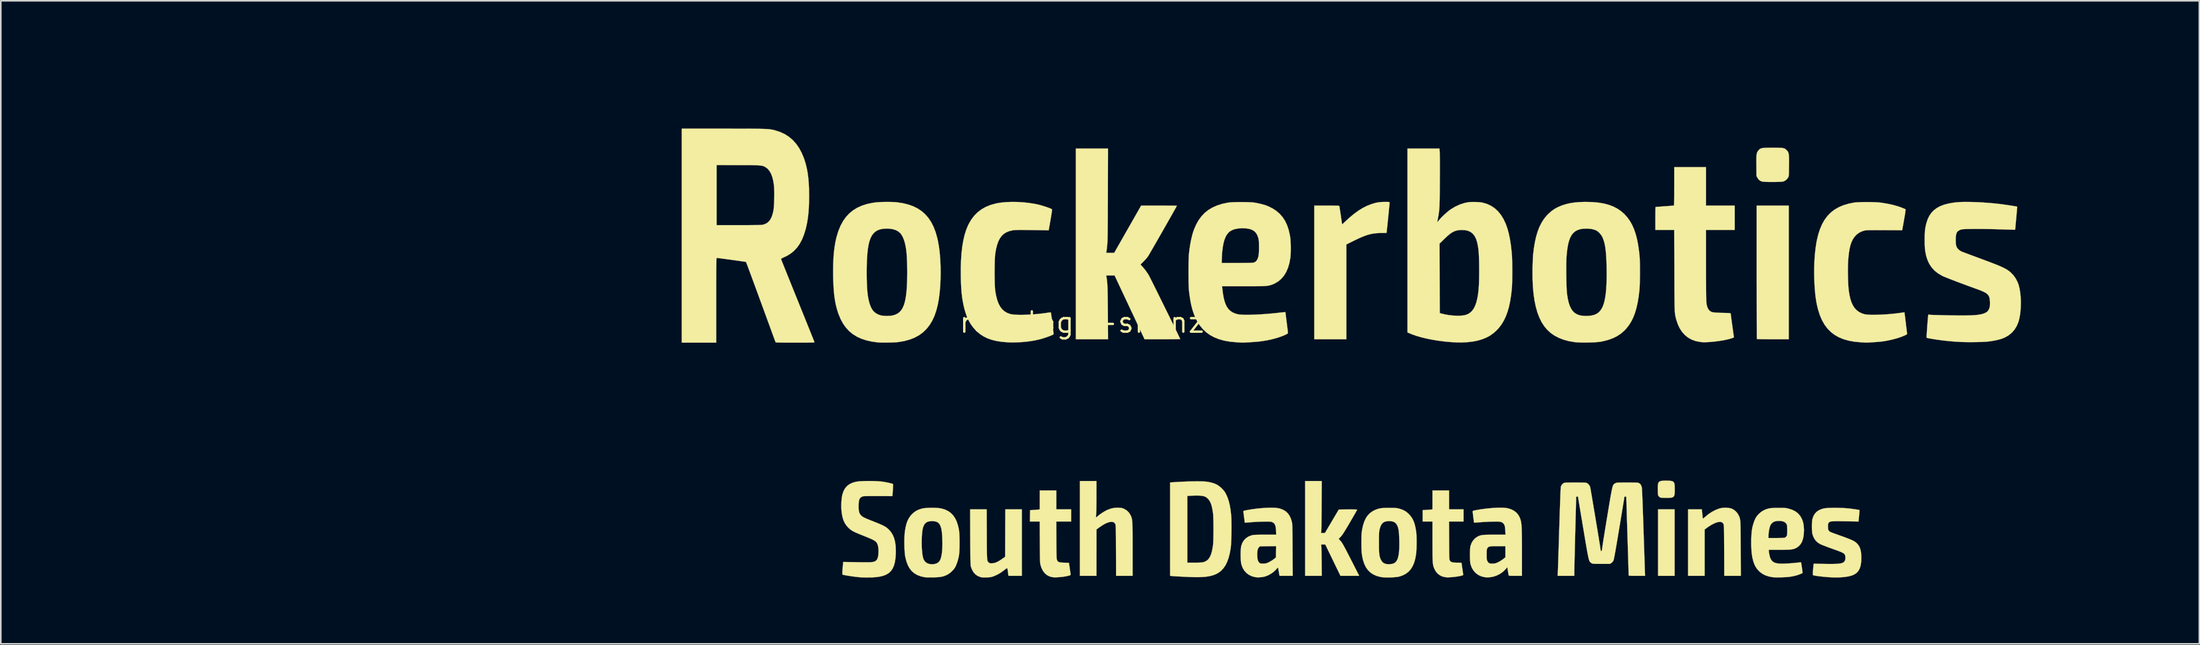
<source format=kicad_pcb>
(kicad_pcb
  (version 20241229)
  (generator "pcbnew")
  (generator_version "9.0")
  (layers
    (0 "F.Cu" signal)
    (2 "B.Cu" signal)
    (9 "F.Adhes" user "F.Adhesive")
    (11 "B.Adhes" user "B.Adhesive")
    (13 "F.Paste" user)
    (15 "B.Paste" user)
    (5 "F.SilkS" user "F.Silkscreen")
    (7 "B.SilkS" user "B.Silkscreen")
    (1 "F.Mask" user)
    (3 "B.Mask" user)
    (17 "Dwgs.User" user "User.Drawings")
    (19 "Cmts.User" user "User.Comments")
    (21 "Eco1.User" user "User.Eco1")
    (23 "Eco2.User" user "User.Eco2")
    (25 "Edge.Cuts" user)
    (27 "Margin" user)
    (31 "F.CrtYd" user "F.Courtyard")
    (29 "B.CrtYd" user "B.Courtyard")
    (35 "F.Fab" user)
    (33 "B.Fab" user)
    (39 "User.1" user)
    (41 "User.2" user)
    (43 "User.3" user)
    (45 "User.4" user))
  (footprint "robologo-shenzen"
    (layer "F.Cu")
    (at 65.889 17.169)
    (property "Reference" "robologo-shenzen" (at 0 0 0) (layer "F.SilkS") (effects (font (size 1.27 1.27) (thickness 0.15))))
    (attr through_hole)
    (fp_poly (pts (xy -32.455 -4.535) (xy -32.312 -4.527) (xy -32.185 -4.51) (xy -32.062 -4.484) (xy -31.931 -4.445) (xy -31.808 -4.402) (xy -31.537 -4.282) (xy -31.287 -4.128) (xy -31.061 -3.943) (xy -30.86 -3.732) (xy -30.687 -3.497) (xy -30.545 -3.242) (xy -30.435 -2.972) (xy -30.359 -2.69) (xy -30.321 -2.399) (xy -30.322 -2.103) (xy -30.33 -2.019) (xy -30.386 -1.707) (xy -30.478 -1.412) (xy -30.607 -1.137) (xy -30.768 -0.883) (xy -30.961 -0.655) (xy -31.182 -0.453) (xy -31.431 -0.281) (xy -31.704 -0.14) (xy -32 -0.034) (xy -32.048 -0.021) (xy -32.167 0.003) (xy -32.316 0.021) (xy -32.481 0.032) (xy -32.651 0.037) (xy -32.814 0.035) (xy -32.956 0.025) (xy -33.049 0.011) (xy -33.352 -0.073) (xy -33.643 -0.194) (xy -33.913 -0.348) (xy -33.933 -0.362) (xy -34.12 -0.509) (xy -34.301 -0.689) (xy -34.467 -0.891) (xy -34.611 -1.107) (xy -34.724 -1.327) (xy -34.725 -1.329) (xy -34.796 -1.492) (xy -44.189 -1.503) (xy -53.583 -1.513) (xy -53.702 -1.569) (xy -53.853 -1.66) (xy -53.975 -1.778) (xy -54.062 -1.91) (xy -54.095 -1.974) (xy -54.116 -2.026) (xy -54.128 -2.08) (xy -54.133 -2.148) (xy -54.134 -2.244) (xy -54.134 -2.254) (xy -33.388 -2.254) (xy -33.374 -2.085) (xy -33.332 -1.942) (xy -33.258 -1.814) (xy -33.17 -1.713) (xy -33.023 -1.593) (xy -32.866 -1.514) (xy -32.699 -1.475) (xy -32.524 -1.479) (xy -32.341 -1.523) (xy -32.327 -1.528) (xy -32.208 -1.59) (xy -32.092 -1.683) (xy -31.991 -1.797) (xy -31.92 -1.912) (xy -31.858 -2.08) (xy -31.838 -2.249) (xy -31.861 -2.421) (xy -31.874 -2.469) (xy -31.944 -2.634) (xy -32.04 -2.77) (xy -32.158 -2.878) (xy -32.293 -2.957) (xy -32.439 -3.006) (xy -32.591 -3.025) (xy -32.745 -3.015) (xy -32.894 -2.974) (xy -33.035 -2.902) (xy -33.161 -2.799) (xy -33.268 -2.664) (xy -33.323 -2.565) (xy -33.358 -2.484) (xy -33.378 -2.416) (xy -33.387 -2.342) (xy -33.388 -2.254) (xy -54.134 -2.254) (xy -54.132 -2.357) (xy -54.127 -2.431) (xy -54.115 -2.489) (xy -54.094 -2.544) (xy -54.075 -2.586) (xy -53.978 -2.738) (xy -53.851 -2.86) (xy -53.699 -2.95) (xy -53.535 -3.003) (xy -53.513 -3.005) (xy -53.465 -3.007) (xy -53.392 -3.009) (xy -53.293 -3.011) (xy -53.167 -3.012) (xy -53.012 -3.014) (xy -52.829 -3.015) (xy -52.617 -3.017) (xy -52.375 -3.018) (xy -52.101 -3.019) (xy -51.796 -3.02) (xy -51.459 -3.021) (xy -51.089 -3.022) (xy -50.685 -3.023) (xy -50.246 -3.024) (xy -49.773 -3.025) (xy -49.263 -3.025) (xy -48.716 -3.026) (xy -48.133 -3.026) (xy -47.51 -3.027) (xy -46.849 -3.027) (xy -46.149 -3.027) (xy -45.408 -3.028) (xy -44.625 -3.028) (xy -44.105 -3.028) (xy -34.787 -3.029) (xy -34.678 -3.255) (xy -34.524 -3.528) (xy -34.34 -3.772) (xy -34.126 -3.985) (xy -33.885 -4.168) (xy -33.616 -4.319) (xy -33.321 -4.437) (xy -33.172 -4.482) (xy -33.086 -4.503) (xy -33.009 -4.518) (xy -32.93 -4.528) (xy -32.839 -4.534) (xy -32.724 -4.536) (xy -32.628 -4.537) (xy -32.455 -4.535)) (stroke (width 0.01) (type solid)) (fill yes) (layer "F.Mask"))
    (fp_poly (pts (xy -47.096 4.552) (xy -46.568 4.552) (xy -46.047 4.553) (xy -45.535 4.553) (xy -45.033 4.554) (xy -44.545 4.555) (xy -44.07 4.555) (xy -43.612 4.556) (xy -43.172 4.557) (xy -42.751 4.558) (xy -42.353 4.559) (xy -41.978 4.56) (xy -41.629 4.561) (xy -41.307 4.562) (xy -41.015 4.563) (xy -40.753 4.564) (xy -40.525 4.565) (xy -40.331 4.566) (xy -40.174 4.567) (xy -40.056 4.568) (xy -39.978 4.57) (xy -39.976 4.57) (xy -39.301 4.583) (xy -38.066 7.355) (xy -37.912 7.7) (xy -37.758 8.047) (xy -37.604 8.392) (xy -37.452 8.734) (xy -37.303 9.067) (xy -37.159 9.389) (xy -37.022 9.697) (xy -36.893 9.988) (xy -36.773 10.257) (xy -36.663 10.502) (xy -36.566 10.719) (xy -36.483 10.906) (xy -36.415 11.058) (xy -36.395 11.104) (xy -35.959 12.08) (xy -35.754 12.093) (xy -35.436 12.132) (xy -35.135 12.209) (xy -34.853 12.325) (xy -34.59 12.478) (xy -34.346 12.669) (xy -34.237 12.773) (xy -34.035 13.004) (xy -33.872 13.249) (xy -33.745 13.513) (xy -33.691 13.663) (xy -33.649 13.801) (xy -33.619 13.92) (xy -33.599 14.033) (xy -33.588 14.153) (xy -33.584 14.293) (xy -33.583 14.415) (xy -33.591 14.633) (xy -33.613 14.825) (xy -33.652 15.002) (xy -33.712 15.178) (xy -33.796 15.367) (xy -33.811 15.399) (xy -33.92 15.6) (xy -34.037 15.773) (xy -34.172 15.934) (xy -34.299 16.062) (xy -34.536 16.259) (xy -34.791 16.418) (xy -35.069 16.543) (xy -35.268 16.607) (xy -35.353 16.629) (xy -35.432 16.645) (xy -35.516 16.656) (xy -35.616 16.663) (xy -35.742 16.668) (xy -35.814 16.67) (xy -35.987 16.672) (xy -36.125 16.669) (xy -36.234 16.66) (xy -36.309 16.648) (xy -36.611 16.564) (xy -36.894 16.445) (xy -37.156 16.293) (xy -37.393 16.11) (xy -37.604 15.899) (xy -37.785 15.663) (xy -37.935 15.404) (xy -38.05 15.124) (xy -38.129 14.827) (xy -38.143 14.748) (xy -38.158 14.599) (xy -38.163 14.424) (xy -38.159 14.329) (xy -36.645 14.329) (xy -36.641 14.491) (xy -36.602 14.649) (xy -36.531 14.796) (xy -36.428 14.927) (xy -36.294 15.036) (xy -36.236 15.069) (xy -36.067 15.138) (xy -35.897 15.165) (xy -35.724 15.15) (xy -35.596 15.112) (xy -35.44 15.032) (xy -35.31 14.923) (xy -35.209 14.791) (xy -35.139 14.641) (xy -35.101 14.48) (xy -35.1 14.312) (xy -35.136 14.144) (xy -35.175 14.048) (xy -35.27 13.9) (xy -35.392 13.78) (xy -35.535 13.69) (xy -35.694 13.633) (xy -35.861 13.611) (xy -36.031 13.629) (xy -36.077 13.641) (xy -36.212 13.691) (xy -36.326 13.761) (xy -36.435 13.862) (xy -36.446 13.873) (xy -36.549 14.014) (xy -36.615 14.168) (xy -36.645 14.329) (xy -38.159 14.329) (xy -38.156 14.239) (xy -38.141 14.057) (xy -38.116 13.892) (xy -38.093 13.79) (xy -37.991 13.494) (xy -37.854 13.222) (xy -37.68 12.971) (xy -37.533 12.802) (xy -37.378 12.64) (xy -38.839 9.363) (xy -40.299 6.085) (xy -46.91 6.071) (xy -53.52 6.057) (xy -53.642 6.011) (xy -53.804 5.93) (xy -53.937 5.819) (xy -54.04 5.684) (xy -54.108 5.529) (xy -54.139 5.358) (xy -54.139 5.245) (xy -54.107 5.079) (xy -54.04 4.924) (xy -53.942 4.788) (xy -53.818 4.676) (xy -53.673 4.597) (xy -53.662 4.592) (xy -53.541 4.547) (xy -47.096 4.552)) (stroke (width 0.01) (type solid)) (fill yes) (layer "F.Mask"))
    (fp_poly (pts (xy -35.347 -14.074) (xy -35.058 -14.005) (xy -34.784 -13.901) (xy -34.527 -13.764) (xy -34.289 -13.596) (xy -34.075 -13.399) (xy -33.887 -13.175) (xy -33.727 -12.926) (xy -33.599 -12.655) (xy -33.505 -12.364) (xy -33.475 -12.229) (xy -33.453 -12.054) (xy -33.444 -11.856) (xy -33.449 -11.651) (xy -33.467 -11.455) (xy -33.486 -11.342) (xy -33.568 -11.046) (xy -33.686 -10.766) (xy -33.839 -10.508) (xy -34.024 -10.273) (xy -34.238 -10.064) (xy -34.478 -9.884) (xy -34.742 -9.736) (xy -35.028 -9.622) (xy -35.1 -9.601) (xy -35.361 -9.543) (xy -35.634 -9.515) (xy -35.907 -9.517) (xy -36.169 -9.548) (xy -36.301 -9.578) (xy -36.365 -9.592) (xy -36.41 -9.597) (xy -36.424 -9.593) (xy -36.434 -9.573) (xy -36.463 -9.517) (xy -36.508 -9.428) (xy -36.569 -9.309) (xy -36.644 -9.162) (xy -36.732 -8.989) (xy -36.833 -8.793) (xy -36.944 -8.576) (xy -37.064 -8.341) (xy -37.193 -8.089) (xy -37.329 -7.824) (xy -37.471 -7.548) (xy -37.515 -7.461) (xy -38.6 -5.345) (xy -46.06 -5.341) (xy -46.737 -5.34) (xy -47.374 -5.34) (xy -47.971 -5.34) (xy -48.529 -5.34) (xy -49.05 -5.34) (xy -49.534 -5.34) (xy -49.984 -5.34) (xy -50.401 -5.34) (xy -50.785 -5.34) (xy -51.138 -5.341) (xy -51.461 -5.341) (xy -51.756 -5.342) (xy -52.024 -5.342) (xy -52.265 -5.343) (xy -52.482 -5.344) (xy -52.676 -5.345) (xy -52.847 -5.346) (xy -52.997 -5.348) (xy -53.127 -5.349) (xy -53.239 -5.351) (xy -53.334 -5.352) (xy -53.413 -5.354) (xy -53.477 -5.356) (xy -53.528 -5.358) (xy -53.566 -5.361) (xy -53.594 -5.363) (xy -53.612 -5.366) (xy -53.618 -5.367) (xy -53.76 -5.432) (xy -53.89 -5.529) (xy -54 -5.652) (xy -54.081 -5.791) (xy -54.124 -5.92) (xy -54.14 -6.096) (xy -54.118 -6.267) (xy -54.06 -6.426) (xy -53.97 -6.569) (xy -53.85 -6.689) (xy -53.704 -6.78) (xy -53.663 -6.798) (xy -53.541 -6.847) (xy -46.536 -6.858) (xy -39.531 -6.869) (xy -38.772 -8.35) (xy -38.648 -8.594) (xy -38.525 -8.834) (xy -38.405 -9.067) (xy -38.292 -9.289) (xy -38.185 -9.497) (xy -38.088 -9.686) (xy -38.003 -9.853) (xy -37.931 -9.994) (xy -37.874 -10.104) (xy -37.835 -10.181) (xy -37.834 -10.183) (xy -37.654 -10.534) (xy -37.739 -10.679) (xy -37.865 -10.936) (xy -37.957 -11.212) (xy -38.012 -11.502) (xy -38.031 -11.799) (xy -38.027 -11.863) (xy -36.509 -11.863) (xy -36.505 -11.703) (xy -36.467 -11.547) (xy -36.395 -11.399) (xy -36.288 -11.265) (xy -36.204 -11.191) (xy -36.056 -11.104) (xy -35.893 -11.051) (xy -35.723 -11.034) (xy -35.555 -11.054) (xy -35.423 -11.099) (xy -35.272 -11.19) (xy -35.146 -11.309) (xy -35.05 -11.451) (xy -34.987 -11.609) (xy -34.959 -11.776) (xy -34.968 -11.93) (xy -35.008 -12.083) (xy -35.08 -12.22) (xy -35.187 -12.351) (xy -35.199 -12.363) (xy -35.321 -12.467) (xy -35.452 -12.535) (xy -35.599 -12.572) (xy -35.74 -12.582) (xy -35.835 -12.58) (xy -35.907 -12.57) (xy -35.976 -12.549) (xy -36.052 -12.516) (xy -36.205 -12.423) (xy -36.328 -12.305) (xy -36.421 -12.169) (xy -36.481 -12.02) (xy -36.509 -11.863) (xy -38.027 -11.863) (xy -38.013 -12.098) (xy -37.958 -12.393) (xy -37.939 -12.463) (xy -37.836 -12.745) (xy -37.697 -13.009) (xy -37.525 -13.251) (xy -37.325 -13.468) (xy -37.098 -13.658) (xy -36.848 -13.818) (xy -36.58 -13.945) (xy -36.294 -14.037) (xy -35.996 -14.091) (xy -35.956 -14.096) (xy -35.647 -14.105) (xy -35.347 -14.074)) (stroke (width 0.01) (type solid)) (fill yes) (layer "F.Mask"))
    (fp_poly (pts (xy -45.82 0.762) (xy -45.115 0.762) (xy -45.067 0.762) (xy -36.714 0.763) (xy -35.721 2.927) (xy -35.59 3.212) (xy -35.464 3.487) (xy -35.343 3.749) (xy -35.23 3.995) (xy -35.125 4.223) (xy -35.029 4.431) (xy -34.943 4.615) (xy -34.869 4.774) (xy -34.808 4.906) (xy -34.761 5.007) (xy -34.729 5.075) (xy -34.712 5.107) (xy -34.711 5.11) (xy -34.689 5.111) (xy -34.626 5.111) (xy -34.522 5.112) (xy -34.378 5.112) (xy -34.194 5.113) (xy -33.972 5.113) (xy -33.712 5.113) (xy -33.415 5.114) (xy -33.081 5.114) (xy -32.712 5.114) (xy -32.308 5.115) (xy -31.869 5.115) (xy -31.397 5.115) (xy -30.892 5.115) (xy -30.355 5.115) (xy -29.787 5.115) (xy -29.188 5.116) (xy -28.56 5.116) (xy -27.902 5.116) (xy -27.216 5.116) (xy -26.503 5.116) (xy -25.762 5.116) (xy -24.996 5.116) (xy -24.204 5.116) (xy -23.387 5.116) (xy -22.547 5.116) (xy -21.683 5.115) (xy -20.797 5.115) (xy -19.889 5.115) (xy -18.96 5.115) (xy -18.011 5.115) (xy -17.043 5.115) (xy -16.055 5.114) (xy -15.05 5.114) (xy -14.027 5.114) (xy -12.988 5.114) (xy -11.933 5.113) (xy -10.863 5.113) (xy -9.779 5.113) (xy -8.681 5.112) (xy -7.57 5.112) (xy -6.447 5.111) (xy -5.312 5.111) (xy -4.167 5.111) (xy -3.012 5.11) (xy -1.848 5.11) (xy -0.675 5.109) (xy 0.505 5.109) (xy 1.692 5.108) (xy 2.886 5.108) (xy 4.085 5.107) (xy 5.289 5.107) (xy 6.497 5.106) (xy 7.708 5.106) (xy 8.922 5.105) (xy 10.137 5.105) (xy 11.354 5.104) (xy 12.571 5.103) (xy 13.788 5.103) (xy 15.003 5.102) (xy 16.217 5.102) (xy 17.428 5.101) (xy 18.636 5.1) (xy 19.839 5.1) (xy 21.038 5.099) (xy 22.232 5.098) (xy 23.419 5.098) (xy 24.599 5.097) (xy 25.771 5.096) (xy 26.935 5.096) (xy 28.089 5.095) (xy 29.234 5.094) (xy 30.368 5.094) (xy 31.49 5.093) (xy 32.6 5.092) (xy 33.698 5.091) (xy 34.782 5.091) (xy 35.851 5.09) (xy 36.905 5.089) (xy 37.944 5.089) (xy 38.965 5.088) (xy 39.97 5.087) (xy 40.956 5.086) (xy 41.924 5.086) (xy 42.872 5.085) (xy 43.8 5.084) (xy 44.706 5.083) (xy 45.591 5.083) (xy 46.454 5.082) (xy 47.293 5.081) (xy 48.109 5.081) (xy 48.899 5.08) (xy 49.665 5.079) (xy 50.404 5.078) (xy 51.116 5.078) (xy 51.8 5.077) (xy 52.457 5.076) (xy 53.084 5.075) (xy 53.681 5.075) (xy 54.248 5.074) (xy 54.783 5.073) (xy 55.286 5.073) (xy 55.757 5.072) (xy 56.193 5.071) (xy 56.596 5.071) (xy 56.964 5.07) (xy 57.296 5.069) (xy 57.591 5.069) (xy 57.849 5.068) (xy 58.07 5.067) (xy 58.251 5.067) (xy 58.267 5.067) (xy 61.511 5.054) (xy 61.551 4.962) (xy 61.654 4.77) (xy 61.791 4.576) (xy 61.954 4.388) (xy 62.136 4.215) (xy 62.33 4.065) (xy 62.46 3.981) (xy 62.718 3.851) (xy 62.979 3.758) (xy 63.252 3.701) (xy 63.545 3.677) (xy 63.616 3.676) (xy 63.783 3.678) (xy 63.922 3.687) (xy 64.049 3.706) (xy 64.177 3.735) (xy 64.322 3.778) (xy 64.336 3.783) (xy 64.619 3.895) (xy 64.881 4.043) (xy 65.12 4.223) (xy 65.333 4.431) (xy 65.518 4.665) (xy 65.672 4.922) (xy 65.791 5.197) (xy 65.873 5.488) (xy 65.892 5.592) (xy 65.905 5.717) (xy 65.911 5.869) (xy 65.909 6.035) (xy 65.9 6.201) (xy 65.885 6.357) (xy 65.864 6.489) (xy 65.851 6.545) (xy 65.751 6.836) (xy 65.616 7.108) (xy 65.449 7.359) (xy 65.254 7.584) (xy 65.033 7.781) (xy 64.789 7.949) (xy 64.525 8.083) (xy 64.245 8.181) (xy 64.019 8.231) (xy 63.801 8.256) (xy 63.574 8.264) (xy 63.373 8.253) (xy 63.121 8.211) (xy 62.862 8.134) (xy 62.609 8.028) (xy 62.373 7.897) (xy 62.306 7.853) (xy 62.19 7.763) (xy 62.063 7.649) (xy 61.937 7.522) (xy 61.822 7.393) (xy 61.729 7.273) (xy 61.707 7.241) (xy 61.658 7.159) (xy 61.602 7.056) (xy 61.548 6.948) (xy 61.527 6.905) (xy 61.436 6.704) (xy 38.756 6.719) (xy 37.71 6.72) (xy 36.623 6.72) (xy 35.498 6.721) (xy 34.337 6.722) (xy 33.142 6.723) (xy 31.915 6.723) (xy 30.659 6.724) (xy 29.374 6.725) (xy 28.065 6.726) (xy 26.732 6.727) (xy 25.377 6.728) (xy 24.004 6.729) (xy 22.613 6.73) (xy 21.208 6.731) (xy 19.789 6.732) (xy 18.359 6.732) (xy 16.921 6.733) (xy 15.477 6.734) (xy 14.027 6.735) (xy 12.576 6.736) (xy 11.124 6.737) (xy 9.674 6.738) (xy 8.227 6.739) (xy 6.787 6.74) (xy 5.355 6.741) (xy 3.933 6.742) (xy 2.523 6.743) (xy 1.128 6.744) (xy -0.251 6.745) (xy -1.611 6.746) (xy -2.95 6.747) (xy -4.267 6.748) (xy -5.558 6.749) (xy -6.823 6.75) (xy -8.059 6.751) (xy -9.263 6.752) (xy -9.831 6.752) (xy -10.878 6.753) (xy -11.914 6.754) (xy -12.94 6.754) (xy -13.954 6.755) (xy -14.955 6.756) (xy -15.943 6.756) (xy -16.916 6.757) (xy -17.875 6.757) (xy -18.817 6.758) (xy -19.743 6.759) (xy -20.651 6.759) (xy -21.542 6.76) (xy -22.412 6.76) (xy -23.264 6.76) (xy -24.094 6.761) (xy -24.903 6.761) (xy -25.689 6.762) (xy -26.452 6.762) (xy -27.192 6.762) (xy -27.906 6.763) (xy -28.595 6.763) (xy -29.257 6.763) (xy -29.893 6.763) (xy -30.5 6.764) (xy -31.078 6.764) (xy -31.627 6.764) (xy -32.145 6.764) (xy -32.632 6.764) (xy -33.087 6.764) (xy -33.509 6.764) (xy -33.898 6.764) (xy -34.252 6.764) (xy -34.57 6.764) (xy -34.852 6.764) (xy -35.098 6.764) (xy -35.305 6.763) (xy -35.475 6.763) (xy -35.604 6.763) (xy -35.694 6.763) (xy -35.742 6.762) (xy -35.751 6.762) (xy -35.762 6.742) (xy -35.789 6.686) (xy -35.831 6.597) (xy -35.888 6.476) (xy -35.958 6.326) (xy -36.04 6.15) (xy -36.13 5.954) (xy 62.846 5.954) (xy 62.861 6.118) (xy 62.913 6.28) (xy 62.982 6.403) (xy 63.1 6.541) (xy 63.239 6.644) (xy 63.396 6.711) (xy 63.565 6.741) (xy 63.742 6.732) (xy 63.916 6.686) (xy 64.038 6.622) (xy 64.155 6.527) (xy 64.257 6.412) (xy 64.331 6.289) (xy 64.346 6.255) (xy 64.387 6.097) (xy 64.396 5.929) (xy 64.373 5.766) (xy 64.348 5.688) (xy 64.269 5.538) (xy 64.159 5.411) (xy 64.026 5.309) (xy 63.876 5.237) (xy 63.715 5.197) (xy 63.55 5.193) (xy 63.425 5.216) (xy 63.259 5.284) (xy 63.118 5.38) (xy 63.004 5.501) (xy 62.92 5.64) (xy 62.867 5.793) (xy 62.846 5.954) (xy -36.13 5.954) (xy -36.132 5.951) (xy -36.235 5.729) (xy -36.346 5.489) (xy -36.464 5.232) (xy -36.589 4.961) (xy -36.719 4.678) (xy -36.768 4.573) (xy -37.77 2.392) (xy -45.645 2.387) (xy -53.521 2.381) (xy -53.662 2.312) (xy -53.813 2.217) (xy -53.933 2.098) (xy -54.023 1.963) (xy -54.083 1.814) (xy -54.112 1.658) (xy -54.113 1.5) (xy -54.084 1.345) (xy -54.026 1.198) (xy -53.94 1.064) (xy -53.825 0.948) (xy -53.683 0.856) (xy -53.555 0.804) (xy -53.543 0.8) (xy -53.53 0.797) (xy -53.515 0.794) (xy -53.497 0.791) (xy -53.473 0.788) (xy -53.444 0.786) (xy -53.407 0.783) (xy -53.362 0.781) (xy -53.308 0.779) (xy -53.242 0.777) (xy -53.164 0.775) (xy -53.072 0.774) (xy -52.966 0.772) (xy -52.844 0.771) (xy -52.705 0.77) (xy -52.547 0.768) (xy -52.369 0.767) (xy -52.17 0.767) (xy -51.949 0.766) (xy -51.705 0.765) (xy -51.436 0.765) (xy -51.14 0.764) (xy -50.818 0.764) (xy -50.467 0.763) (xy -50.086 0.763) (xy -49.675 0.763) (xy -49.231 0.763) (xy -48.753 0.762) (xy -48.241 0.762) (xy -47.693 0.762) (xy -47.107 0.762) (xy -46.483 0.762) (xy -45.82 0.762)) (stroke (width 0.01) (type solid)) (fill yes) (layer "F.Mask"))
    (fp_poly (pts (xy -48.599 -17.164) (xy -48.342 -17.162) (xy -48.094 -17.157) (xy -47.859 -17.149) (xy -47.643 -17.139) (xy -47.562 -17.134) (xy -47.328 -17.117) (xy -47.132 -17.101) (xy -46.97 -17.084) (xy -46.837 -17.065) (xy -46.729 -17.045) (xy -46.642 -17.022) (xy -46.571 -16.996) (xy -46.56 -16.991) (xy -46.458 -16.932) (xy -46.364 -16.851) (xy -46.276 -16.744) (xy -46.195 -16.611) (xy -46.117 -16.447) (xy -46.043 -16.25) (xy -45.969 -16.018) (xy -45.896 -15.747) (xy -45.865 -15.621) (xy -45.795 -15.342) (xy -45.729 -15.102) (xy -45.664 -14.896) (xy -45.598 -14.72) (xy -45.531 -14.571) (xy -45.461 -14.444) (xy -45.386 -14.336) (xy -45.304 -14.243) (xy -45.266 -14.206) (xy -45.219 -14.164) (xy -45.171 -14.126) (xy -45.118 -14.09) (xy -45.058 -14.054) (xy -44.985 -14.017) (xy -44.897 -13.977) (xy -44.791 -13.933) (xy -44.662 -13.883) (xy -44.507 -13.825) (xy -44.322 -13.759) (xy -44.105 -13.683) (xy -43.851 -13.594) (xy -43.847 -13.593) (xy -43.579 -13.499) (xy -43.336 -13.411) (xy -43.119 -13.331) (xy -42.93 -13.26) (xy -42.771 -13.197) (xy -42.645 -13.144) (xy -42.554 -13.101) (xy -42.498 -13.07) (xy -42.481 -13.052) (xy -42.49 -13.03) (xy -42.516 -12.972) (xy -42.557 -12.883) (xy -42.611 -12.766) (xy -42.677 -12.624) (xy -42.754 -12.46) (xy -42.84 -12.277) (xy -42.934 -12.079) (xy -43.033 -11.869) (xy -43.058 -11.816) (xy -43.176 -11.568) (xy -43.277 -11.356) (xy -43.363 -11.177) (xy -43.435 -11.029) (xy -43.495 -10.908) (xy -43.543 -10.812) (xy -43.582 -10.738) (xy -43.612 -10.684) (xy -43.635 -10.647) (xy -43.653 -10.624) (xy -43.666 -10.613) (xy -43.677 -10.611) (xy -43.677 -10.611) (xy -43.712 -10.624) (xy -43.776 -10.65) (xy -43.862 -10.687) (xy -43.96 -10.731) (xy -43.982 -10.741) (xy -44.363 -10.902) (xy -44.775 -11.056) (xy -45.209 -11.199) (xy -45.655 -11.329) (xy -46.103 -11.442) (xy -46.541 -11.534) (xy -46.715 -11.566) (xy -47.212 -11.638) (xy -47.727 -11.69) (xy -48.251 -11.721) (xy -48.773 -11.73) (xy -49.282 -11.718) (xy -49.768 -11.684) (xy -49.858 -11.675) (xy -50.573 -11.577) (xy -51.274 -11.441) (xy -51.958 -11.267) (xy -52.626 -11.056) (xy -53.275 -10.807) (xy -53.905 -10.523) (xy -54.515 -10.202) (xy -55.104 -9.847) (xy -55.67 -9.457) (xy -56.212 -9.034) (xy -56.729 -8.577) (xy -57.221 -8.088) (xy -57.685 -7.567) (xy -57.974 -7.209) (xy -58.383 -6.646) (xy -58.755 -6.064) (xy -59.09 -5.462) (xy -59.387 -4.841) (xy -59.646 -4.203) (xy -59.867 -3.548) (xy -60.049 -2.877) (xy -60.193 -2.191) (xy -60.296 -1.491) (xy -60.337 -1.09) (xy -60.348 -0.928) (xy -60.356 -0.734) (xy -60.361 -0.516) (xy -60.364 -0.282) (xy -60.363 -0.04) (xy -60.36 0.202) (xy -60.355 0.437) (xy -60.347 0.657) (xy -60.336 0.853) (xy -60.323 1.019) (xy -60.317 1.079) (xy -60.217 1.794) (xy -60.085 2.484) (xy -59.92 3.15) (xy -59.72 3.797) (xy -59.486 4.428) (xy -59.216 5.044) (xy -59.009 5.461) (xy -58.664 6.081) (xy -58.287 6.673) (xy -57.88 7.238) (xy -57.444 7.773) (xy -56.98 8.278) (xy -56.488 8.753) (xy -55.97 9.196) (xy -55.427 9.606) (xy -54.86 9.984) (xy -54.27 10.326) (xy -53.657 10.634) (xy -53.023 10.905) (xy -52.451 11.113) (xy -51.773 11.318) (xy -51.09 11.482) (xy -50.404 11.605) (xy -49.717 11.687) (xy -49.029 11.728) (xy -48.344 11.727) (xy -47.662 11.685) (xy -47.106 11.619) (xy -46.434 11.504) (xy -45.776 11.355) (xy -45.135 11.173) (xy -44.517 10.96) (xy -43.924 10.716) (xy -43.826 10.671) (xy -43.735 10.631) (xy -43.658 10.6) (xy -43.603 10.582) (xy -43.578 10.579) (xy -43.578 10.579) (xy -43.566 10.6) (xy -43.539 10.655) (xy -43.496 10.74) (xy -43.442 10.852) (xy -43.376 10.985) (xy -43.303 11.137) (xy -43.222 11.302) (xy -43.137 11.478) (xy -43.049 11.659) (xy -42.96 11.843) (xy -42.872 12.024) (xy -42.788 12.2) (xy -42.708 12.365) (xy -42.636 12.517) (xy -42.572 12.65) (xy -42.52 12.761) (xy -42.49 12.823) (xy -42.398 13.021) (xy -42.539 13.085) (xy -42.724 13.165) (xy -42.947 13.254) (xy -43.207 13.354) (xy -43.503 13.462) (xy -43.677 13.524) (xy -43.94 13.617) (xy -44.167 13.697) (xy -44.359 13.766) (xy -44.521 13.825) (xy -44.656 13.874) (xy -44.766 13.916) (xy -44.856 13.952) (xy -44.928 13.982) (xy -44.985 14.008) (xy -45.024 14.027) (xy -45.189 14.135) (xy -45.34 14.281) (xy -45.474 14.461) (xy -45.589 14.671) (xy -45.658 14.836) (xy -45.682 14.91) (xy -45.715 15.017) (xy -45.752 15.147) (xy -45.792 15.292) (xy -45.832 15.443) (xy -45.849 15.509) (xy -45.898 15.703) (xy -45.941 15.863) (xy -45.977 15.994) (xy -46.01 16.101) (xy -46.04 16.192) (xy -46.071 16.273) (xy -46.104 16.348) (xy -46.136 16.417) (xy -46.251 16.614) (xy -46.391 16.78) (xy -46.553 16.913) (xy -46.732 17.009) (xy -46.817 17.04) (xy -46.908 17.064) (xy -47.018 17.085) (xy -47.151 17.103) (xy -47.309 17.118) (xy -47.494 17.13) (xy -47.711 17.14) (xy -47.961 17.147) (xy -48.249 17.152) (xy -48.567 17.156) (xy -48.898 17.157) (xy -49.19 17.156) (xy -49.445 17.153) (xy -49.665 17.148) (xy -49.853 17.14) (xy -49.943 17.134) (xy -50.172 17.118) (xy -50.363 17.1) (xy -50.521 17.081) (xy -50.651 17.059) (xy -50.757 17.033) (xy -50.844 17.002) (xy -50.916 16.964) (xy -50.979 16.919) (xy -51.033 16.87) (xy -51.102 16.793) (xy -51.165 16.707) (xy -51.224 16.609) (xy -51.279 16.495) (xy -51.334 16.359) (xy -51.389 16.197) (xy -51.446 16.006) (xy -51.507 15.781) (xy -51.563 15.563) (xy -51.634 15.29) (xy -51.702 15.056) (xy -51.768 14.854) (xy -51.834 14.683) (xy -51.902 14.537) (xy -51.974 14.413) (xy -52.052 14.306) (xy -52.136 14.212) (xy -52.18 14.172) (xy -52.215 14.141) (xy -52.25 14.112) (xy -52.288 14.085) (xy -52.333 14.058) (xy -52.386 14.029) (xy -52.451 13.998) (xy -52.531 13.964) (xy -52.629 13.925) (xy -52.748 13.879) (xy -52.89 13.827) (xy -53.06 13.766) (xy -53.26 13.695) (xy -53.492 13.613) (xy -53.76 13.519) (xy -53.869 13.48) (xy -54.192 13.364) (xy -54.482 13.25) (xy -54.752 13.135) (xy -55.009 13.014) (xy -55.264 12.882) (xy -55.476 12.765) (xy -55.591 12.703) (xy -55.711 12.642) (xy -55.824 12.589) (xy -55.916 12.551) (xy -55.921 12.549) (xy -56.008 12.518) (xy -56.08 12.498) (xy -56.151 12.486) (xy -56.236 12.482) (xy -56.335 12.48) (xy -56.447 12.482) (xy -56.532 12.487) (xy -56.608 12.5) (xy -56.689 12.523) (xy -56.769 12.549) (xy -56.886 12.592) (xy -57.005 12.644) (xy -57.132 12.707) (xy -57.274 12.785) (xy -57.436 12.881) (xy -57.625 12.999) (xy -57.647 13.012) (xy -57.864 13.147) (xy -58.053 13.258) (xy -58.219 13.347) (xy -58.368 13.417) (xy -58.505 13.471) (xy -58.636 13.511) (xy -58.765 13.54) (xy -58.828 13.55) (xy -58.926 13.562) (xy -59 13.565) (xy -59.069 13.558) (xy -59.151 13.54) (xy -59.152 13.54) (xy -59.345 13.476) (xy -59.548 13.373) (xy -59.764 13.231) (xy -59.786 13.214) (xy -59.846 13.165) (xy -59.931 13.09) (xy -60.038 12.991) (xy -60.164 12.871) (xy -60.306 12.736) (xy -60.459 12.587) (xy -60.62 12.428) (xy -60.786 12.263) (xy -60.954 12.096) (xy -61.119 11.93) (xy -61.278 11.768) (xy -61.428 11.614) (xy -61.565 11.471) (xy -61.686 11.344) (xy -61.787 11.235) (xy -61.864 11.147) (xy -61.915 11.086) (xy -61.918 11.082) (xy -62.037 10.912) (xy -62.132 10.752) (xy -62.202 10.598) (xy -62.246 10.447) (xy -62.266 10.294) (xy -62.259 10.135) (xy -62.226 9.967) (xy -62.167 9.786) (xy -62.081 9.587) (xy -61.967 9.367) (xy -61.826 9.121) (xy -61.724 8.954) (xy -61.579 8.714) (xy -61.46 8.501) (xy -61.366 8.313) (xy -61.294 8.143) (xy -61.242 7.988) (xy -61.21 7.843) (xy -61.195 7.705) (xy -61.193 7.64) (xy -61.194 7.58) (xy -61.199 7.519) (xy -61.21 7.456) (xy -61.226 7.386) (xy -61.25 7.307) (xy -61.282 7.215) (xy -61.325 7.107) (xy -61.379 6.98) (xy -61.445 6.83) (xy -61.525 6.656) (xy -61.619 6.453) (xy -61.73 6.217) (xy -61.854 5.958) (xy -61.967 5.72) (xy -62.063 5.512) (xy -62.145 5.329) (xy -62.215 5.162) (xy -62.277 5.005) (xy -62.333 4.852) (xy -62.385 4.696) (xy -62.437 4.529) (xy -62.49 4.345) (xy -62.515 4.255) (xy -62.574 4.053) (xy -62.634 3.878) (xy -62.699 3.725) (xy -62.771 3.593) (xy -62.854 3.479) (xy -62.953 3.379) (xy -63.071 3.291) (xy -63.21 3.212) (xy -63.376 3.139) (xy -63.571 3.068) (xy -63.798 2.998) (xy -64.063 2.925) (xy -64.197 2.89) (xy -64.395 2.839) (xy -64.557 2.796) (xy -64.69 2.759) (xy -64.8 2.726) (xy -64.892 2.695) (xy -64.974 2.665) (xy -65.051 2.633) (xy -65.129 2.597) (xy -65.191 2.567) (xy -65.372 2.462) (xy -65.522 2.34) (xy -65.639 2.204) (xy -65.689 2.12) (xy -65.719 2.053) (xy -65.745 1.975) (xy -65.768 1.881) (xy -65.791 1.764) (xy -65.813 1.617) (xy -65.836 1.436) (xy -65.842 1.386) (xy -65.857 1.233) (xy -65.868 1.05) (xy -65.877 0.841) (xy -65.882 0.613) (xy -65.884 0.368) (xy -65.884 0.112) (xy -65.881 -0.149) (xy -65.875 -0.412) (xy -65.867 -0.672) (xy -65.857 -0.924) (xy -65.845 -1.163) (xy -65.831 -1.384) (xy -65.814 -1.583) (xy -65.797 -1.755) (xy -65.777 -1.895) (xy -65.756 -1.999) (xy -65.752 -2.015) (xy -65.683 -2.179) (xy -65.58 -2.319) (xy -65.46 -2.422) (xy -65.368 -2.484) (xy -65.274 -2.539) (xy -65.172 -2.589) (xy -65.057 -2.636) (xy -64.924 -2.682) (xy -64.768 -2.729) (xy -64.583 -2.779) (xy -64.365 -2.833) (xy -64.23 -2.866) (xy -63.969 -2.93) (xy -63.745 -2.991) (xy -63.554 -3.052) (xy -63.391 -3.113) (xy -63.252 -3.178) (xy -63.131 -3.248) (xy -63.024 -3.325) (xy -62.926 -3.41) (xy -62.906 -3.43) (xy -62.796 -3.564) (xy -62.696 -3.735) (xy -62.606 -3.939) (xy -62.53 -4.17) (xy -62.496 -4.29) (xy -62.457 -4.43) (xy -62.418 -4.566) (xy -62.401 -4.63) (xy -62.367 -4.745) (xy -62.329 -4.861) (xy -62.285 -4.982) (xy -62.233 -5.113) (xy -62.171 -5.259) (xy -62.097 -5.424) (xy -62.009 -5.614) (xy -61.904 -5.833) (xy -61.815 -6.018) (xy -61.687 -6.283) (xy -61.578 -6.513) (xy -61.485 -6.712) (xy -61.407 -6.883) (xy -61.344 -7.03) (xy -61.294 -7.156) (xy -61.255 -7.265) (xy -61.226 -7.359) (xy -61.206 -7.443) (xy -61.194 -7.519) (xy -61.188 -7.591) (xy -61.187 -7.63) (xy -61.192 -7.738) (xy -61.205 -7.85) (xy -61.222 -7.938) (xy -61.266 -8.071) (xy -61.337 -8.233) (xy -61.433 -8.421) (xy -61.553 -8.632) (xy -61.694 -8.861) (xy -61.733 -8.922) (xy -61.876 -9.148) (xy -61.994 -9.346) (xy -62.088 -9.521) (xy -62.16 -9.676) (xy -62.213 -9.817) (xy -62.248 -9.947) (xy -62.267 -10.072) (xy -62.272 -10.181) (xy -62.27 -10.279) (xy -62.261 -10.37) (xy -62.243 -10.458) (xy -62.216 -10.545) (xy -62.175 -10.635) (xy -62.12 -10.732) (xy -62.048 -10.84) (xy -61.957 -10.961) (xy -61.844 -11.1) (xy -61.708 -11.259) (xy -61.546 -11.443) (xy -61.405 -11.602) (xy -61.159 -11.873) (xy -60.938 -12.114) (xy -60.736 -12.327) (xy -60.552 -12.516) (xy -60.383 -12.682) (xy -60.225 -12.828) (xy -60.076 -12.958) (xy -59.933 -13.074) (xy -59.792 -13.178) (xy -59.652 -13.274) (xy -59.542 -13.343) (xy -59.409 -13.422) (xy -59.298 -13.477) (xy -59.198 -13.515) (xy -59.099 -13.538) (xy -59.044 -13.546) (xy -58.92 -13.555) (xy -58.794 -13.548) (xy -58.662 -13.525) (xy -58.519 -13.484) (xy -58.362 -13.424) (xy -58.186 -13.343) (xy -57.988 -13.239) (xy -57.763 -13.111) (xy -57.616 -13.024) (xy -57.418 -12.906) (xy -57.251 -12.809) (xy -57.11 -12.73) (xy -56.989 -12.666) (xy -56.883 -12.615) (xy -56.788 -12.575) (xy -56.698 -12.544) (xy -56.608 -12.518) (xy -56.525 -12.498) (xy -56.405 -12.478) (xy -56.286 -12.474) (xy -56.164 -12.488) (xy -56.033 -12.521) (xy -55.887 -12.574) (xy -55.722 -12.65) (xy -55.532 -12.749) (xy -55.416 -12.814) (xy -55.276 -12.891) (xy -55.141 -12.963) (xy -55.005 -13.031) (xy -54.864 -13.097) (xy -54.714 -13.163) (xy -54.55 -13.231) (xy -54.368 -13.303) (xy -54.162 -13.38) (xy -53.928 -13.465) (xy -53.662 -13.56) (xy -53.456 -13.632) (xy -53.214 -13.717) (xy -53.008 -13.79) (xy -52.835 -13.852) (xy -52.69 -13.906) (xy -52.571 -13.953) (xy -52.473 -13.994) (xy -52.393 -14.032) (xy -52.328 -14.067) (xy -52.273 -14.103) (xy -52.224 -14.139) (xy -52.179 -14.179) (xy -52.133 -14.224) (xy -52.122 -14.235) (xy -52.033 -14.335) (xy -51.953 -14.45) (xy -51.88 -14.583) (xy -51.811 -14.74) (xy -51.746 -14.924) (xy -51.683 -15.139) (xy -51.619 -15.39) (xy -51.583 -15.547) (xy -51.527 -15.787) (xy -51.475 -15.99) (xy -51.423 -16.163) (xy -51.372 -16.312) (xy -51.318 -16.443) (xy -51.275 -16.531) (xy -51.178 -16.699) (xy -51.076 -16.83) (xy -50.963 -16.93) (xy -50.831 -17.006) (xy -50.675 -17.062) (xy -50.641 -17.071) (xy -50.551 -17.088) (xy -50.422 -17.104) (xy -50.261 -17.119) (xy -50.071 -17.131) (xy -49.858 -17.142) (xy -49.625 -17.15) (xy -49.379 -17.157) (xy -49.122 -17.162) (xy -48.861 -17.164) (xy -48.599 -17.164)) (stroke (width 0.01) (type solid)) (fill yes) (layer "F.Mask"))
    (fp_poly (pts (xy 36.026 15.896) (xy 34.989 15.896) (xy 34.989 11.726) (xy 36.026 11.726) (xy 36.026 15.896)) (stroke (width 0.01) (type solid)) (fill yes) (layer "F.SilkS"))
    (fp_poly (pts (xy 43.18 1.058) (xy 42.189 1.058) (xy 41.988 1.058) (xy 41.8 1.057) (xy 41.629 1.056) (xy 41.48 1.054) (xy 41.357 1.052) (xy 41.263 1.05) (xy 41.204 1.047) (xy 41.183 1.044) (xy 41.182 1.022) (xy 41.18 0.959) (xy 41.179 0.859) (xy 41.178 0.721) (xy 41.177 0.55) (xy 41.176 0.347) (xy 41.174 0.113) (xy 41.173 -0.149) (xy 41.173 -0.437) (xy 41.172 -0.749) (xy 41.171 -1.083) (xy 41.17 -1.437) (xy 41.17 -1.809) (xy 41.17 -2.198) (xy 41.169 -2.6) (xy 41.169 -3.014) (xy 41.169 -3.147) (xy 41.169 -7.324) (xy 43.18 -7.324) (xy 43.18 1.058)) (stroke (width 0.01) (type solid)) (fill yes) (layer "F.SilkS"))
    (fp_poly (pts (xy 35.657 9.929) (xy 35.785 9.939) (xy 35.881 9.96) (xy 35.949 9.998) (xy 35.993 10.057) (xy 36.02 10.143) (xy 36.032 10.26) (xy 36.036 10.412) (xy 36.036 10.467) (xy 36.035 10.631) (xy 36.027 10.758) (xy 36.007 10.853) (xy 35.972 10.92) (xy 35.916 10.964) (xy 35.834 10.99) (xy 35.722 11.002) (xy 35.574 11.006) (xy 35.492 11.006) (xy 35.335 11.004) (xy 35.218 10.998) (xy 35.143 10.988) (xy 35.118 10.98) (xy 35.069 10.944) (xy 35.023 10.894) (xy 35.022 10.894) (xy 35.005 10.868) (xy 34.993 10.837) (xy 34.985 10.794) (xy 34.979 10.731) (xy 34.975 10.642) (xy 34.972 10.519) (xy 34.972 10.492) (xy 34.971 10.323) (xy 34.978 10.191) (xy 34.997 10.092) (xy 35.032 10.022) (xy 35.088 9.975) (xy 35.169 9.946) (xy 35.279 9.932) (xy 35.422 9.927) (xy 35.491 9.927) (xy 35.657 9.929)) (stroke (width 0.01) (type solid)) (fill yes) (layer "F.SilkS"))
    (fp_poly (pts (xy 18.066 -7.555) (xy 18.117 -7.551) (xy 18.145 -7.544) (xy 18.158 -7.533) (xy 18.161 -7.516) (xy 18.161 -7.508) (xy 18.159 -7.477) (xy 18.153 -7.409) (xy 18.144 -7.311) (xy 18.132 -7.187) (xy 18.118 -7.042) (xy 18.102 -6.883) (xy 18.086 -6.715) (xy 18.068 -6.543) (xy 18.051 -6.373) (xy 18.035 -6.21) (xy 18.019 -6.06) (xy 18.005 -5.928) (xy 17.994 -5.819) (xy 17.985 -5.74) (xy 17.98 -5.699) (xy 17.968 -5.609) (xy 17.731 -5.608) (xy 17.521 -5.605) (xy 17.331 -5.593) (xy 17.152 -5.572) (xy 16.98 -5.54) (xy 16.807 -5.495) (xy 16.627 -5.435) (xy 16.433 -5.359) (xy 16.219 -5.264) (xy 15.978 -5.149) (xy 15.877 -5.1) (xy 15.452 -4.888) (xy 15.452 1.058) (xy 13.441 1.058) (xy 13.441 -7.324) (xy 14.222 -7.324) (xy 14.424 -7.324) (xy 14.589 -7.323) (xy 14.719 -7.322) (xy 14.82 -7.32) (xy 14.894 -7.318) (xy 14.945 -7.314) (xy 14.979 -7.309) (xy 14.999 -7.302) (xy 15.009 -7.294) (xy 15.012 -7.287) (xy 15.017 -7.256) (xy 15.028 -7.19) (xy 15.043 -7.094) (xy 15.062 -6.974) (xy 15.083 -6.835) (xy 15.104 -6.695) (xy 15.186 -6.14) (xy 15.356 -6.304) (xy 15.651 -6.575) (xy 15.934 -6.809) (xy 16.208 -7.008) (xy 16.476 -7.174) (xy 16.742 -7.308) (xy 17.009 -7.414) (xy 17.029 -7.42) (xy 17.209 -7.476) (xy 17.372 -7.515) (xy 17.532 -7.54) (xy 17.705 -7.553) (xy 17.87 -7.556) (xy 17.986 -7.556) (xy 18.066 -7.555)) (stroke (width 0.01) (type solid)) (fill yes) (layer "F.SilkS"))
    (fp_poly (pts (xy 42.369 -10.953) (xy 42.526 -10.952) (xy 42.652 -10.948) (xy 42.75 -10.942) (xy 42.826 -10.931) (xy 42.886 -10.916) (xy 42.933 -10.896) (xy 42.975 -10.869) (xy 43.014 -10.834) (xy 43.045 -10.804) (xy 43.086 -10.761) (xy 43.119 -10.718) (xy 43.145 -10.672) (xy 43.165 -10.616) (xy 43.18 -10.546) (xy 43.19 -10.458) (xy 43.196 -10.346) (xy 43.199 -10.206) (xy 43.199 -10.034) (xy 43.197 -9.828) (xy 43.195 -9.644) (xy 43.193 -9.497) (xy 43.191 -9.383) (xy 43.187 -9.296) (xy 43.183 -9.231) (xy 43.177 -9.183) (xy 43.169 -9.148) (xy 43.159 -9.12) (xy 43.147 -9.093) (xy 43.144 -9.089) (xy 43.059 -8.973) (xy 42.946 -8.885) (xy 42.838 -8.838) (xy 42.78 -8.828) (xy 42.688 -8.819) (xy 42.568 -8.813) (xy 42.428 -8.808) (xy 42.276 -8.806) (xy 42.119 -8.805) (xy 41.964 -8.806) (xy 41.819 -8.809) (xy 41.692 -8.815) (xy 41.589 -8.822) (xy 41.519 -8.831) (xy 41.507 -8.834) (xy 41.392 -8.879) (xy 41.303 -8.948) (xy 41.229 -9.049) (xy 41.221 -9.063) (xy 41.159 -9.176) (xy 41.152 -9.827) (xy 41.15 -10.036) (xy 41.151 -10.208) (xy 41.153 -10.347) (xy 41.159 -10.459) (xy 41.169 -10.547) (xy 41.184 -10.617) (xy 41.204 -10.673) (xy 41.23 -10.721) (xy 41.262 -10.765) (xy 41.288 -10.795) (xy 41.328 -10.837) (xy 41.369 -10.871) (xy 41.413 -10.898) (xy 41.468 -10.918) (xy 41.537 -10.933) (xy 41.626 -10.943) (xy 41.739 -10.949) (xy 41.882 -10.952) (xy 42.06 -10.954) (xy 42.175 -10.954) (xy 42.369 -10.953)) (stroke (width 0.01) (type solid)) (fill yes) (layer "F.SilkS"))
    (fp_poly (pts (xy 39.39 11.633) (xy 39.533 11.659) (xy 39.608 11.682) (xy 39.742 11.754) (xy 39.867 11.857) (xy 39.972 11.981) (xy 40.025 12.072) (xy 40.049 12.121) (xy 40.07 12.164) (xy 40.088 12.206) (xy 40.104 12.249) (xy 40.117 12.295) (xy 40.128 12.349) (xy 40.137 12.413) (xy 40.145 12.489) (xy 40.151 12.582) (xy 40.156 12.694) (xy 40.159 12.828) (xy 40.162 12.987) (xy 40.164 13.174) (xy 40.166 13.391) (xy 40.167 13.643) (xy 40.168 13.933) (xy 40.169 14.176) (xy 40.176 15.896) (xy 39.139 15.896) (xy 39.133 14.314) (xy 39.132 14.015) (xy 39.13 13.755) (xy 39.129 13.531) (xy 39.127 13.342) (xy 39.126 13.182) (xy 39.123 13.051) (xy 39.121 12.944) (xy 39.118 12.859) (xy 39.115 12.793) (xy 39.11 12.743) (xy 39.106 12.706) (xy 39.1 12.679) (xy 39.094 12.66) (xy 39.091 12.654) (xy 39.046 12.579) (xy 38.989 12.534) (xy 38.909 12.514) (xy 38.806 12.515) (xy 38.678 12.54) (xy 38.529 12.597) (xy 38.362 12.682) (xy 38.181 12.793) (xy 38.095 12.853) (xy 37.91 12.986) (xy 37.91 14.441) (xy 37.91 15.896) (xy 36.872 15.896) (xy 36.872 11.726) (xy 37.733 11.726) (xy 37.761 12.007) (xy 37.771 12.112) (xy 37.782 12.201) (xy 37.79 12.267) (xy 37.796 12.301) (xy 37.797 12.303) (xy 37.816 12.297) (xy 37.858 12.268) (xy 37.915 12.22) (xy 37.948 12.191) (xy 38.154 12.022) (xy 38.374 11.877) (xy 38.598 11.761) (xy 38.819 11.677) (xy 38.921 11.65) (xy 39.069 11.628) (xy 39.23 11.623) (xy 39.39 11.633)) (stroke (width 0.01) (type solid)) (fill yes) (layer "F.SilkS"))
    (fp_poly (pts (xy -2.731 11.726) (xy -1.799 11.726) (xy -1.799 12.488) (xy -2.732 12.488) (xy -2.726 13.658) (xy -2.725 13.913) (xy -2.723 14.13) (xy -2.721 14.311) (xy -2.719 14.46) (xy -2.717 14.581) (xy -2.714 14.677) (xy -2.71 14.751) (xy -2.706 14.807) (xy -2.701 14.848) (xy -2.694 14.878) (xy -2.687 14.9) (xy -2.685 14.905) (xy -2.655 14.96) (xy -2.62 15.001) (xy -2.572 15.03) (xy -2.505 15.049) (xy -2.411 15.061) (xy -2.284 15.069) (xy -2.235 15.071) (xy -1.938 15.081) (xy -1.891 15.399) (xy -1.874 15.515) (xy -1.858 15.622) (xy -1.845 15.71) (xy -1.836 15.769) (xy -1.834 15.783) (xy -1.83 15.82) (xy -1.84 15.844) (xy -1.872 15.861) (xy -1.935 15.88) (xy -1.944 15.883) (xy -2.089 15.917) (xy -2.253 15.946) (xy -2.428 15.968) (xy -2.6 15.983) (xy -2.76 15.99) (xy -2.898 15.987) (xy -2.971 15.98) (xy -3.155 15.932) (xy -3.316 15.848) (xy -3.455 15.729) (xy -3.571 15.575) (xy -3.662 15.388) (xy -3.709 15.247) (xy -3.718 15.211) (xy -3.727 15.176) (xy -3.733 15.138) (xy -3.739 15.094) (xy -3.744 15.039) (xy -3.748 14.97) (xy -3.751 14.884) (xy -3.754 14.777) (xy -3.756 14.646) (xy -3.758 14.487) (xy -3.759 14.297) (xy -3.761 14.071) (xy -3.763 13.807) (xy -3.763 13.785) (xy -3.77 12.488) (xy -4.383 12.488) (xy -4.377 12.134) (xy -4.371 11.779) (xy -4.117 11.762) (xy -4.013 11.755) (xy -3.921 11.747) (xy -3.851 11.74) (xy -3.815 11.735) (xy -3.768 11.726) (xy -3.768 10.541) (xy -2.731 10.541) (xy -2.731 11.726)) (stroke (width 0.01) (type solid)) (fill yes) (layer "F.SilkS"))
    (fp_poly (pts (xy -7.086 13.298) (xy -7.085 13.603) (xy -7.084 13.868) (xy -7.083 14.097) (xy -7.081 14.292) (xy -7.079 14.457) (xy -7.076 14.593) (xy -7.071 14.705) (xy -7.066 14.795) (xy -7.059 14.866) (xy -7.05 14.92) (xy -7.039 14.961) (xy -7.027 14.992) (xy -7.011 15.016) (xy -6.993 15.035) (xy -6.973 15.052) (xy -6.951 15.069) (xy -6.912 15.095) (xy -6.871 15.108) (xy -6.812 15.112) (xy -6.739 15.109) (xy -6.623 15.093) (xy -6.5 15.054) (xy -6.366 14.989) (xy -6.214 14.895) (xy -6.107 14.821) (xy -5.937 14.699) (xy -5.932 13.213) (xy -5.926 11.726) (xy -4.889 11.726) (xy -4.889 15.896) (xy -5.729 15.896) (xy -5.757 15.679) (xy -5.772 15.56) (xy -5.785 15.479) (xy -5.8 15.433) (xy -5.823 15.418) (xy -5.858 15.431) (xy -5.91 15.469) (xy -5.973 15.521) (xy -6.194 15.684) (xy -6.418 15.817) (xy -6.636 15.914) (xy -6.661 15.923) (xy -6.746 15.952) (xy -6.819 15.971) (xy -6.894 15.983) (xy -6.983 15.99) (xy -7.098 15.995) (xy -7.123 15.995) (xy -7.249 15.997) (xy -7.343 15.995) (xy -7.416 15.988) (xy -7.478 15.974) (xy -7.516 15.963) (xy -7.682 15.889) (xy -7.822 15.783) (xy -7.937 15.645) (xy -8.028 15.474) (xy -8.078 15.334) (xy -8.084 15.309) (xy -8.09 15.28) (xy -8.096 15.244) (xy -8.1 15.198) (xy -8.104 15.14) (xy -8.107 15.066) (xy -8.11 14.973) (xy -8.113 14.86) (xy -8.115 14.722) (xy -8.116 14.557) (xy -8.118 14.363) (xy -8.119 14.136) (xy -8.121 13.873) (xy -8.122 13.571) (xy -8.123 13.467) (xy -8.13 11.726) (xy -7.093 11.726) (xy -7.086 13.298)) (stroke (width 0.01) (type solid)) (fill yes) (layer "F.SilkS"))
    (fp_poly (pts (xy 13.9 11.52) (xy 13.899 11.776) (xy 13.897 12.02) (xy 13.894 12.249) (xy 13.892 12.46) (xy 13.889 12.65) (xy 13.887 12.814) (xy 13.884 12.949) (xy 13.881 13.053) (xy 13.878 13.121) (xy 13.875 13.15) (xy 13.859 13.208) (xy 13.983 13.208) (xy 14.108 13.207) (xy 14.542 12.472) (xy 14.977 11.737) (xy 15.553 11.731) (xy 15.73 11.73) (xy 15.878 11.731) (xy 15.995 11.733) (xy 16.077 11.737) (xy 16.122 11.742) (xy 16.129 11.746) (xy 16.119 11.768) (xy 16.089 11.822) (xy 16.042 11.906) (xy 15.981 12.014) (xy 15.907 12.143) (xy 15.822 12.289) (xy 15.73 12.448) (xy 15.679 12.534) (xy 15.559 12.74) (xy 15.456 12.912) (xy 15.37 13.054) (xy 15.298 13.169) (xy 15.237 13.262) (xy 15.186 13.335) (xy 15.141 13.393) (xy 15.102 13.439) (xy 15.1 13.44) (xy 14.97 13.578) (xy 15.082 13.702) (xy 15.109 13.733) (xy 15.136 13.767) (xy 15.165 13.808) (xy 15.198 13.858) (xy 15.235 13.92) (xy 15.279 13.997) (xy 15.331 14.091) (xy 15.392 14.206) (xy 15.465 14.345) (xy 15.55 14.509) (xy 15.649 14.703) (xy 15.764 14.928) (xy 15.897 15.188) (xy 15.915 15.224) (xy 16.257 15.896) (xy 15.081 15.895) (xy 14.129 13.928) (xy 13.994 13.928) (xy 13.921 13.929) (xy 13.883 13.933) (xy 13.869 13.945) (xy 13.873 13.968) (xy 13.876 13.975) (xy 13.879 14.006) (xy 13.883 14.074) (xy 13.887 14.176) (xy 13.89 14.306) (xy 13.894 14.461) (xy 13.897 14.635) (xy 13.899 14.824) (xy 13.901 14.96) (xy 13.91 15.896) (xy 12.869 15.896) (xy 12.869 9.948) (xy 13.909 9.948) (xy 13.9 11.52)) (stroke (width 0.01) (type solid)) (fill yes) (layer "F.SilkS"))
    (fp_poly (pts (xy -0.212 10.906) (xy -0.212 11.111) (xy -0.214 11.309) (xy -0.216 11.495) (xy -0.218 11.663) (xy -0.222 11.808) (xy -0.226 11.925) (xy -0.23 12.009) (xy -0.233 12.043) (xy -0.241 12.125) (xy -0.245 12.189) (xy -0.245 12.226) (xy -0.244 12.23) (xy -0.225 12.222) (xy -0.183 12.192) (xy -0.133 12.15) (xy -0.013 12.054) (xy 0.13 11.954) (xy 0.281 11.86) (xy 0.424 11.783) (xy 0.483 11.756) (xy 0.68 11.682) (xy 0.867 11.639) (xy 1.062 11.623) (xy 1.174 11.625) (xy 1.282 11.631) (xy 1.363 11.642) (xy 1.431 11.659) (xy 1.5 11.686) (xy 1.53 11.7) (xy 1.689 11.797) (xy 1.819 11.924) (xy 1.919 12.081) (xy 1.922 12.088) (xy 1.945 12.135) (xy 1.965 12.18) (xy 1.982 12.226) (xy 1.997 12.274) (xy 2.01 12.329) (xy 2.02 12.393) (xy 2.029 12.469) (xy 2.036 12.56) (xy 2.042 12.67) (xy 2.046 12.8) (xy 2.049 12.955) (xy 2.051 13.137) (xy 2.052 13.349) (xy 2.053 13.594) (xy 2.053 13.876) (xy 2.053 14.196) (xy 2.053 14.223) (xy 2.053 15.896) (xy 1.018 15.896) (xy 1.012 14.314) (xy 1.01 14.014) (xy 1.009 13.754) (xy 1.008 13.531) (xy 1.006 13.34) (xy 1.004 13.181) (xy 1.002 13.049) (xy 1 12.942) (xy 0.997 12.857) (xy 0.993 12.792) (xy 0.989 12.742) (xy 0.984 12.705) (xy 0.979 12.678) (xy 0.972 12.659) (xy 0.971 12.655) (xy 0.92 12.575) (xy 0.852 12.528) (xy 0.758 12.51) (xy 0.731 12.51) (xy 0.603 12.524) (xy 0.464 12.566) (xy 0.31 12.637) (xy 0.137 12.74) (xy -0.047 12.867) (xy -0.21 12.986) (xy -0.211 14.441) (xy -0.212 15.896) (xy -1.249 15.896) (xy -1.249 9.948) (xy -0.212 9.948) (xy -0.212 10.906)) (stroke (width 0.01) (type solid)) (fill yes) (layer "F.SilkS"))
    (fp_poly (pts (xy 21.886 11.726) (xy 22.797 11.726) (xy 22.797 12.488) (xy 21.885 12.488) (xy 21.891 13.679) (xy 21.892 13.934) (xy 21.894 14.15) (xy 21.895 14.331) (xy 21.897 14.48) (xy 21.899 14.6) (xy 21.901 14.695) (xy 21.905 14.769) (xy 21.909 14.824) (xy 21.913 14.864) (xy 21.919 14.894) (xy 21.926 14.915) (xy 21.935 14.932) (xy 21.938 14.938) (xy 21.977 14.988) (xy 22.03 15.024) (xy 22.101 15.049) (xy 22.199 15.064) (xy 22.329 15.07) (xy 22.405 15.071) (xy 22.505 15.071) (xy 22.588 15.073) (xy 22.645 15.076) (xy 22.669 15.079) (xy 22.669 15.079) (xy 22.672 15.102) (xy 22.68 15.16) (xy 22.693 15.245) (xy 22.708 15.352) (xy 22.722 15.452) (xy 22.74 15.571) (xy 22.755 15.677) (xy 22.766 15.761) (xy 22.773 15.815) (xy 22.775 15.834) (xy 22.755 15.855) (xy 22.699 15.877) (xy 22.614 15.899) (xy 22.507 15.921) (xy 22.383 15.941) (xy 22.249 15.959) (xy 22.112 15.973) (xy 21.978 15.984) (xy 21.854 15.989) (xy 21.747 15.989) (xy 21.663 15.982) (xy 21.662 15.982) (xy 21.517 15.951) (xy 21.393 15.905) (xy 21.278 15.838) (xy 21.166 15.75) (xy 21.075 15.644) (xy 20.995 15.508) (xy 20.977 15.47) (xy 20.952 15.414) (xy 20.93 15.361) (xy 20.912 15.307) (xy 20.897 15.248) (xy 20.884 15.182) (xy 20.874 15.105) (xy 20.866 15.012) (xy 20.86 14.901) (xy 20.855 14.767) (xy 20.852 14.608) (xy 20.851 14.419) (xy 20.85 14.198) (xy 20.849 13.94) (xy 20.849 13.749) (xy 20.849 12.488) (xy 20.235 12.488) (xy 20.235 11.774) (xy 20.484 11.76) (xy 20.588 11.753) (xy 20.682 11.746) (xy 20.754 11.739) (xy 20.791 11.734) (xy 20.849 11.723) (xy 20.849 10.541) (xy 21.886 10.541) (xy 21.886 11.726)) (stroke (width 0.01) (type solid)) (fill yes) (layer "F.SilkS"))
    (fp_poly (pts (xy 6.322 9.971) (xy 6.514 9.977) (xy 6.67 9.989) (xy 6.763 10.001) (xy 6.978 10.043) (xy 7.161 10.098) (xy 7.32 10.168) (xy 7.463 10.259) (xy 7.601 10.373) (xy 7.653 10.423) (xy 7.742 10.518) (xy 7.81 10.601) (xy 7.866 10.69) (xy 7.922 10.795) (xy 8.01 10.999) (xy 8.084 11.224) (xy 8.144 11.474) (xy 8.192 11.754) (xy 8.228 12.069) (xy 8.235 12.142) (xy 8.243 12.268) (xy 8.248 12.425) (xy 8.251 12.607) (xy 8.253 12.806) (xy 8.252 13.016) (xy 8.249 13.229) (xy 8.244 13.439) (xy 8.237 13.637) (xy 8.229 13.817) (xy 8.22 13.973) (xy 8.209 14.096) (xy 8.204 14.139) (xy 8.146 14.472) (xy 8.071 14.767) (xy 7.977 15.026) (xy 7.865 15.249) (xy 7.733 15.438) (xy 7.581 15.595) (xy 7.408 15.72) (xy 7.318 15.768) (xy 7.175 15.831) (xy 7.021 15.881) (xy 6.851 15.921) (xy 6.662 15.95) (xy 6.449 15.969) (xy 6.208 15.978) (xy 5.935 15.978) (xy 5.625 15.969) (xy 5.567 15.967) (xy 5.405 15.959) (xy 5.238 15.951) (xy 5.074 15.943) (xy 4.917 15.934) (xy 4.775 15.926) (xy 4.652 15.918) (xy 4.556 15.911) (xy 4.492 15.906) (xy 4.471 15.903) (xy 4.403 15.891) (xy 4.403 10.886) (xy 5.482 10.886) (xy 5.482 15.071) (xy 5.922 15.071) (xy 6.097 15.07) (xy 6.235 15.066) (xy 6.342 15.06) (xy 6.423 15.051) (xy 6.485 15.039) (xy 6.615 14.991) (xy 6.728 14.921) (xy 6.823 14.824) (xy 6.904 14.698) (xy 6.971 14.541) (xy 7.026 14.35) (xy 7.071 14.121) (xy 7.095 13.949) (xy 7.103 13.858) (xy 7.11 13.732) (xy 7.115 13.578) (xy 7.119 13.402) (xy 7.122 13.212) (xy 7.123 13.014) (xy 7.122 12.813) (xy 7.121 12.619) (xy 7.117 12.436) (xy 7.113 12.271) (xy 7.107 12.132) (xy 7.099 12.024) (xy 7.095 11.98) (xy 7.06 11.755) (xy 7.022 11.567) (xy 6.978 11.411) (xy 6.926 11.282) (xy 6.866 11.175) (xy 6.8 11.09) (xy 6.737 11.027) (xy 6.672 10.973) (xy 6.627 10.944) (xy 6.519 10.904) (xy 6.378 10.876) (xy 6.202 10.861) (xy 5.989 10.859) (xy 5.737 10.869) (xy 5.689 10.872) (xy 5.482 10.886) (xy 4.403 10.886) (xy 4.403 10.039) (xy 4.62 10.024) (xy 4.951 10.004) (xy 5.268 9.989) (xy 5.567 9.977) (xy 5.844 9.971) (xy 6.097 9.968) (xy 6.322 9.971)) (stroke (width 0.01) (type solid)) (fill yes) (layer "F.SilkS"))
    (fp_poly (pts (xy 0.502 -8.027) (xy 0.501 -7.61) (xy 0.499 -7.233) (xy 0.498 -6.893) (xy 0.497 -6.589) (xy 0.495 -6.318) (xy 0.493 -6.077) (xy 0.492 -5.866) (xy 0.49 -5.681) (xy 0.487 -5.519) (xy 0.485 -5.38) (xy 0.482 -5.26) (xy 0.479 -5.157) (xy 0.476 -5.069) (xy 0.472 -4.993) (xy 0.468 -4.928) (xy 0.463 -4.871) (xy 0.459 -4.826) (xy 0.446 -4.707) (xy 0.434 -4.598) (xy 0.423 -4.508) (xy 0.415 -4.446) (xy 0.412 -4.429) (xy 0.4 -4.36) (xy 0.65 -4.361) (xy 0.9 -4.362) (xy 1.744 -5.843) (xy 2.588 -7.324) (xy 3.707 -7.324) (xy 3.92 -7.323) (xy 4.12 -7.323) (xy 4.303 -7.322) (xy 4.464 -7.321) (xy 4.601 -7.32) (xy 4.709 -7.318) (xy 4.784 -7.316) (xy 4.822 -7.315) (xy 4.826 -7.314) (xy 4.816 -7.292) (xy 4.786 -7.237) (xy 4.739 -7.152) (xy 4.677 -7.039) (xy 4.601 -6.904) (xy 4.513 -6.747) (xy 4.415 -6.574) (xy 4.309 -6.387) (xy 4.196 -6.189) (xy 4.08 -5.983) (xy 3.96 -5.774) (xy 3.841 -5.564) (xy 3.722 -5.356) (xy 3.606 -5.154) (xy 3.495 -4.96) (xy 3.391 -4.779) (xy 3.296 -4.614) (xy 3.21 -4.467) (xy 3.138 -4.342) (xy 3.079 -4.242) (xy 3.037 -4.171) (xy 3.012 -4.131) (xy 3.009 -4.128) (xy 2.953 -4.055) (xy 2.876 -3.965) (xy 2.791 -3.873) (xy 2.729 -3.809) (xy 2.547 -3.628) (xy 2.668 -3.499) (xy 2.832 -3.304) (xy 2.994 -3.075) (xy 3.064 -2.963) (xy 3.082 -2.929) (xy 3.117 -2.862) (xy 3.167 -2.763) (xy 3.23 -2.637) (xy 3.306 -2.486) (xy 3.392 -2.313) (xy 3.487 -2.122) (xy 3.589 -1.915) (xy 3.698 -1.695) (xy 3.811 -1.466) (xy 3.927 -1.231) (xy 4.045 -0.992) (xy 4.163 -0.752) (xy 4.28 -0.516) (xy 4.393 -0.285) (xy 4.502 -0.062) (xy 4.605 0.148) (xy 4.701 0.344) (xy 4.788 0.522) (xy 4.864 0.679) (xy 4.928 0.812) (xy 4.979 0.918) (xy 5.015 0.994) (xy 5.034 1.036) (xy 5.038 1.045) (xy 5.017 1.047) (xy 4.958 1.05) (xy 4.865 1.052) (xy 4.741 1.054) (xy 4.59 1.056) (xy 4.416 1.057) (xy 4.223 1.058) (xy 4.016 1.058) (xy 3.92 1.058) (xy 2.803 1.058) (xy 1.864 -0.942) (xy 0.924 -2.942) (xy 0.397 -2.942) (xy 0.411 -2.871) (xy 0.425 -2.791) (xy 0.437 -2.71) (xy 0.448 -2.624) (xy 0.458 -2.529) (xy 0.466 -2.424) (xy 0.473 -2.304) (xy 0.479 -2.166) (xy 0.484 -2.007) (xy 0.488 -1.824) (xy 0.492 -1.614) (xy 0.495 -1.373) (xy 0.498 -1.098) (xy 0.5 -0.785) (xy 0.502 -0.587) (xy 0.512 1.058) (xy -1.503 1.058) (xy -1.503 -10.901) (xy 0.511 -10.901) (xy 0.502 -8.027)) (stroke (width 0.01) (type solid)) (fill yes) (layer "F.SilkS"))
    (fp_poly (pts (xy -10.266 11.634) (xy -10.116 11.644) (xy -9.99 11.66) (xy -9.938 11.67) (xy -9.71 11.738) (xy -9.51 11.833) (xy -9.337 11.957) (xy -9.189 12.11) (xy -9.065 12.295) (xy -8.964 12.513) (xy -8.885 12.766) (xy -8.833 13.007) (xy -8.819 13.118) (xy -8.807 13.263) (xy -8.799 13.433) (xy -8.794 13.62) (xy -8.793 13.815) (xy -8.794 14.011) (xy -8.799 14.199) (xy -8.807 14.37) (xy -8.818 14.516) (xy -8.833 14.63) (xy -8.834 14.637) (xy -8.871 14.807) (xy -8.918 14.979) (xy -8.974 15.141) (xy -9.033 15.283) (xy -9.083 15.379) (xy -9.167 15.495) (xy -9.277 15.613) (xy -9.4 15.719) (xy -9.524 15.804) (xy -9.575 15.831) (xy -9.688 15.882) (xy -9.796 15.921) (xy -9.906 15.949) (xy -10.028 15.969) (xy -10.169 15.982) (xy -10.339 15.99) (xy -10.467 15.993) (xy -10.604 15.994) (xy -10.734 15.993) (xy -10.847 15.991) (xy -10.936 15.987) (xy -10.991 15.981) (xy -10.993 15.981) (xy -11.237 15.923) (xy -11.45 15.841) (xy -11.634 15.733) (xy -11.792 15.596) (xy -11.925 15.429) (xy -12.034 15.231) (xy -12.122 14.998) (xy -12.19 14.729) (xy -12.204 14.658) (xy -12.221 14.538) (xy -12.234 14.385) (xy -12.244 14.208) (xy -12.251 14.016) (xy -12.253 13.816) (xy -12.253 13.764) (xy -11.167 13.764) (xy -11.165 13.96) (xy -11.159 14.146) (xy -11.157 14.18) (xy -11.141 14.385) (xy -11.123 14.553) (xy -11.099 14.689) (xy -11.07 14.8) (xy -11.033 14.89) (xy -10.987 14.965) (xy -10.946 15.014) (xy -10.845 15.093) (xy -10.717 15.145) (xy -10.571 15.169) (xy -10.412 15.163) (xy -10.267 15.132) (xy -10.163 15.081) (xy -10.071 14.997) (xy -10.006 14.897) (xy -9.958 14.766) (xy -9.92 14.596) (xy -9.891 14.392) (xy -9.874 14.157) (xy -9.867 13.893) (xy -9.872 13.604) (xy -9.872 13.6) (xy -9.885 13.343) (xy -9.906 13.126) (xy -9.936 12.945) (xy -9.978 12.798) (xy -10.033 12.681) (xy -10.101 12.593) (xy -10.186 12.529) (xy -10.288 12.489) (xy -10.41 12.468) (xy -10.519 12.463) (xy -10.683 12.475) (xy -10.816 12.513) (xy -10.921 12.58) (xy -11.003 12.678) (xy -11.065 12.811) (xy -11.102 12.937) (xy -11.123 13.053) (xy -11.14 13.203) (xy -11.154 13.377) (xy -11.163 13.567) (xy -11.167 13.764) (xy -12.253 13.764) (xy -12.252 13.62) (xy -12.246 13.434) (xy -12.237 13.269) (xy -12.225 13.145) (xy -12.183 12.88) (xy -12.128 12.651) (xy -12.06 12.454) (xy -11.974 12.282) (xy -11.87 12.132) (xy -11.771 12.022) (xy -11.636 11.903) (xy -11.495 11.81) (xy -11.336 11.736) (xy -11.157 11.679) (xy -11.058 11.659) (xy -10.927 11.644) (xy -10.772 11.634) (xy -10.604 11.629) (xy -10.432 11.629) (xy -10.266 11.634)) (stroke (width 0.01) (type solid)) (fill yes) (layer "F.SilkS"))
    (fp_poly (pts (xy 37.994 -7.324) (xy 39.793 -7.324) (xy 39.793 -5.8) (xy 37.994 -5.8) (xy 37.995 -3.625) (xy 37.995 -3.299) (xy 37.995 -2.987) (xy 37.996 -2.692) (xy 37.998 -2.417) (xy 37.999 -2.164) (xy 38.001 -1.935) (xy 38.004 -1.735) (xy 38.006 -1.565) (xy 38.009 -1.428) (xy 38.011 -1.328) (xy 38.014 -1.266) (xy 38.015 -1.256) (xy 38.045 -1.071) (xy 38.091 -0.922) (xy 38.155 -0.806) (xy 38.199 -0.754) (xy 38.244 -0.714) (xy 38.29 -0.682) (xy 38.345 -0.656) (xy 38.412 -0.637) (xy 38.498 -0.623) (xy 38.608 -0.613) (xy 38.746 -0.605) (xy 38.919 -0.6) (xy 39.015 -0.598) (xy 39.187 -0.594) (xy 39.32 -0.59) (xy 39.418 -0.585) (xy 39.485 -0.579) (xy 39.524 -0.572) (xy 39.539 -0.563) (xy 39.539 -0.561) (xy 39.542 -0.535) (xy 39.55 -0.473) (xy 39.562 -0.38) (xy 39.578 -0.264) (xy 39.596 -0.13) (xy 39.616 0.016) (xy 39.637 0.168) (xy 39.658 0.32) (xy 39.678 0.466) (xy 39.697 0.601) (xy 39.713 0.717) (xy 39.726 0.809) (xy 39.736 0.872) (xy 39.739 0.894) (xy 39.742 0.922) (xy 39.733 0.943) (xy 39.705 0.961) (xy 39.65 0.982) (xy 39.581 1.004) (xy 39.381 1.06) (xy 39.146 1.111) (xy 38.885 1.156) (xy 38.606 1.194) (xy 38.317 1.223) (xy 38.261 1.228) (xy 38.09 1.239) (xy 37.949 1.245) (xy 37.828 1.244) (xy 37.716 1.237) (xy 37.619 1.226) (xy 37.347 1.172) (xy 37.099 1.082) (xy 36.875 0.958) (xy 36.676 0.799) (xy 36.501 0.607) (xy 36.352 0.382) (xy 36.229 0.125) (xy 36.132 -0.165) (xy 36.12 -0.212) (xy 36.105 -0.269) (xy 36.092 -0.322) (xy 36.08 -0.372) (xy 36.069 -0.423) (xy 36.06 -0.475) (xy 36.052 -0.533) (xy 36.045 -0.598) (xy 36.039 -0.674) (xy 36.034 -0.761) (xy 36.03 -0.864) (xy 36.026 -0.985) (xy 36.023 -1.125) (xy 36.021 -1.288) (xy 36.019 -1.475) (xy 36.017 -1.691) (xy 36.015 -1.936) (xy 36.014 -2.214) (xy 36.013 -2.526) (xy 36.012 -2.877) (xy 36.011 -3.244) (xy 36.003 -5.8) (xy 34.819 -5.8) (xy 34.819 -6.519) (xy 34.82 -6.689) (xy 34.821 -6.845) (xy 34.823 -6.981) (xy 34.825 -7.093) (xy 34.829 -7.177) (xy 34.832 -7.227) (xy 34.835 -7.239) (xy 34.86 -7.241) (xy 34.921 -7.245) (xy 35.012 -7.252) (xy 35.129 -7.261) (xy 35.265 -7.271) (xy 35.401 -7.281) (xy 35.55 -7.292) (xy 35.686 -7.303) (xy 35.803 -7.311) (xy 35.894 -7.318) (xy 35.955 -7.322) (xy 35.978 -7.323) (xy 35.984 -7.332) (xy 35.989 -7.358) (xy 35.993 -7.406) (xy 35.996 -7.477) (xy 35.999 -7.574) (xy 36.001 -7.701) (xy 36.003 -7.859) (xy 36.004 -8.052) (xy 36.004 -8.282) (xy 36.005 -8.53) (xy 36.005 -9.737) (xy 37.994 -9.737) (xy 37.994 -7.324)) (stroke (width 0.01) (type solid)) (fill yes) (layer "F.SilkS"))
    (fp_poly (pts (xy 18.15 11.633) (xy 18.307 11.634) (xy 18.428 11.637) (xy 18.523 11.641) (xy 18.599 11.648) (xy 18.664 11.657) (xy 18.725 11.671) (xy 18.761 11.68) (xy 18.943 11.739) (xy 19.096 11.81) (xy 19.232 11.9) (xy 19.363 12.017) (xy 19.368 12.022) (xy 19.488 12.157) (xy 19.587 12.304) (xy 19.668 12.469) (xy 19.734 12.657) (xy 19.786 12.875) (xy 19.827 13.127) (xy 19.833 13.173) (xy 19.843 13.29) (xy 19.85 13.439) (xy 19.854 13.611) (xy 19.855 13.796) (xy 19.853 13.983) (xy 19.848 14.164) (xy 19.84 14.329) (xy 19.83 14.467) (xy 19.823 14.523) (xy 19.772 14.814) (xy 19.7 15.07) (xy 19.606 15.291) (xy 19.488 15.48) (xy 19.346 15.638) (xy 19.177 15.767) (xy 18.981 15.868) (xy 18.764 15.942) (xy 18.664 15.961) (xy 18.532 15.977) (xy 18.377 15.989) (xy 18.211 15.996) (xy 18.042 15.998) (xy 17.881 15.995) (xy 17.739 15.987) (xy 17.624 15.973) (xy 17.612 15.971) (xy 17.366 15.907) (xy 17.15 15.815) (xy 16.964 15.693) (xy 16.806 15.54) (xy 16.675 15.355) (xy 16.571 15.137) (xy 16.5 14.918) (xy 16.468 14.787) (xy 16.443 14.662) (xy 16.423 14.535) (xy 16.41 14.399) (xy 16.401 14.246) (xy 16.396 14.067) (xy 16.394 13.856) (xy 16.394 13.801) (xy 17.494 13.801) (xy 17.495 14.019) (xy 17.497 14.201) (xy 17.502 14.351) (xy 17.51 14.474) (xy 17.521 14.576) (xy 17.536 14.662) (xy 17.556 14.737) (xy 17.58 14.806) (xy 17.603 14.859) (xy 17.668 14.979) (xy 17.744 15.063) (xy 17.839 15.12) (xy 17.956 15.156) (xy 18.061 15.167) (xy 18.182 15.164) (xy 18.302 15.149) (xy 18.403 15.122) (xy 18.433 15.11) (xy 18.517 15.055) (xy 18.588 14.978) (xy 18.646 14.876) (xy 18.693 14.746) (xy 18.728 14.586) (xy 18.753 14.395) (xy 18.767 14.168) (xy 18.772 13.905) (xy 18.768 13.642) (xy 18.761 13.43) (xy 18.751 13.254) (xy 18.738 13.109) (xy 18.72 12.988) (xy 18.697 12.887) (xy 18.667 12.798) (xy 18.636 12.727) (xy 18.567 12.618) (xy 18.478 12.54) (xy 18.364 12.49) (xy 18.222 12.466) (xy 18.129 12.462) (xy 17.972 12.473) (xy 17.845 12.507) (xy 17.742 12.568) (xy 17.66 12.659) (xy 17.595 12.784) (xy 17.543 12.946) (xy 17.534 12.986) (xy 17.522 13.04) (xy 17.513 13.098) (xy 17.506 13.163) (xy 17.501 13.243) (xy 17.498 13.343) (xy 17.496 13.468) (xy 17.495 13.624) (xy 17.494 13.801) (xy 16.394 13.801) (xy 16.395 13.609) (xy 16.398 13.451) (xy 16.403 13.322) (xy 16.41 13.212) (xy 16.421 13.115) (xy 16.433 13.028) (xy 16.492 12.746) (xy 16.57 12.5) (xy 16.668 12.289) (xy 16.787 12.11) (xy 16.928 11.963) (xy 17.093 11.845) (xy 17.187 11.795) (xy 17.301 11.743) (xy 17.408 11.704) (xy 17.515 11.674) (xy 17.631 11.654) (xy 17.763 11.641) (xy 17.92 11.635) (xy 18.11 11.633) (xy 18.15 11.633)) (stroke (width 0.01) (type solid)) (fill yes) (layer "F.SilkS"))
    (fp_poly (pts (xy -5.159 -7.552) (xy -4.801 -7.53) (xy -4.447 -7.492) (xy -4.104 -7.438) (xy -3.942 -7.406) (xy -3.818 -7.377) (xy -3.682 -7.34) (xy -3.541 -7.298) (xy -3.402 -7.254) (xy -3.273 -7.21) (xy -3.16 -7.168) (xy -3.071 -7.131) (xy -3.012 -7.101) (xy -2.998 -7.09) (xy -2.996 -7.065) (xy -3.002 -7.003) (xy -3.014 -6.909) (xy -3.033 -6.787) (xy -3.056 -6.641) (xy -3.084 -6.477) (xy -3.093 -6.424) (xy -3.207 -5.776) (xy -4.255 -5.791) (xy -4.497 -5.794) (xy -4.701 -5.796) (xy -4.872 -5.798) (xy -5.012 -5.798) (xy -5.127 -5.797) (xy -5.22 -5.795) (xy -5.296 -5.792) (xy -5.359 -5.788) (xy -5.412 -5.782) (xy -5.461 -5.775) (xy -5.493 -5.769) (xy -5.693 -5.719) (xy -5.868 -5.646) (xy -6.021 -5.549) (xy -6.152 -5.425) (xy -6.265 -5.271) (xy -6.36 -5.086) (xy -6.439 -4.866) (xy -6.504 -4.611) (xy -6.555 -4.324) (xy -6.567 -4.222) (xy -6.576 -4.084) (xy -6.584 -3.916) (xy -6.59 -3.725) (xy -6.594 -3.517) (xy -6.596 -3.299) (xy -6.597 -3.076) (xy -6.595 -2.855) (xy -6.592 -2.643) (xy -6.587 -2.445) (xy -6.58 -2.268) (xy -6.571 -2.119) (xy -6.56 -2.003) (xy -6.557 -1.978) (xy -6.503 -1.676) (xy -6.435 -1.412) (xy -6.352 -1.185) (xy -6.251 -0.993) (xy -6.132 -0.834) (xy -5.993 -0.706) (xy -5.834 -0.607) (xy -5.653 -0.536) (xy -5.586 -0.518) (xy -5.464 -0.497) (xy -5.305 -0.482) (xy -5.117 -0.474) (xy -4.903 -0.472) (xy -4.669 -0.477) (xy -4.422 -0.488) (xy -4.167 -0.504) (xy -3.908 -0.526) (xy -3.653 -0.553) (xy -3.406 -0.585) (xy -3.283 -0.604) (xy -3.195 -0.616) (xy -3.124 -0.623) (xy -3.079 -0.623) (xy -3.069 -0.62) (xy -3.064 -0.597) (xy -3.054 -0.538) (xy -3.042 -0.449) (xy -3.027 -0.337) (xy -3.01 -0.207) (xy -2.992 -0.066) (xy -2.973 0.081) (xy -2.956 0.226) (xy -2.939 0.364) (xy -2.924 0.49) (xy -2.912 0.595) (xy -2.904 0.676) (xy -2.9 0.724) (xy -2.9 0.733) (xy -2.919 0.754) (xy -2.973 0.785) (xy -3.056 0.823) (xy -3.162 0.866) (xy -3.284 0.911) (xy -3.417 0.957) (xy -3.554 1.002) (xy -3.691 1.042) (xy -3.789 1.068) (xy -4.117 1.14) (xy -4.474 1.195) (xy -4.846 1.234) (xy -5.224 1.254) (xy -5.595 1.256) (xy -5.8 1.248) (xy -6.162 1.217) (xy -6.489 1.165) (xy -6.786 1.091) (xy -7.055 0.994) (xy -7.299 0.872) (xy -7.522 0.725) (xy -7.726 0.551) (xy -7.749 0.529) (xy -7.936 0.325) (xy -8.098 0.102) (xy -8.237 -0.144) (xy -8.356 -0.417) (xy -8.456 -0.723) (xy -8.506 -0.913) (xy -8.557 -1.14) (xy -8.6 -1.365) (xy -8.635 -1.594) (xy -8.663 -1.835) (xy -8.684 -2.094) (xy -8.7 -2.377) (xy -8.71 -2.693) (xy -8.714 -2.879) (xy -8.716 -3.401) (xy -8.702 -3.885) (xy -8.671 -4.333) (xy -8.625 -4.744) (xy -8.562 -5.121) (xy -8.483 -5.465) (xy -8.387 -5.777) (xy -8.274 -6.058) (xy -8.224 -6.162) (xy -8.062 -6.443) (xy -7.874 -6.691) (xy -7.661 -6.906) (xy -7.42 -7.089) (xy -7.152 -7.241) (xy -6.855 -7.363) (xy -6.528 -7.454) (xy -6.456 -7.47) (xy -6.168 -7.516) (xy -5.851 -7.545) (xy -5.512 -7.556) (xy -5.159 -7.552)) (stroke (width 0.01) (type solid)) (fill yes) (layer "F.SilkS"))
    (fp_poly (pts (xy 10.936 11.628) (xy 11.106 11.642) (xy 11.242 11.665) (xy 11.268 11.671) (xy 11.468 11.744) (xy 11.637 11.842) (xy 11.777 11.969) (xy 11.89 12.126) (xy 11.978 12.316) (xy 12.035 12.509) (xy 12.042 12.543) (xy 12.048 12.58) (xy 12.054 12.625) (xy 12.058 12.68) (xy 12.062 12.749) (xy 12.066 12.834) (xy 12.068 12.939) (xy 12.071 13.066) (xy 12.073 13.22) (xy 12.075 13.402) (xy 12.077 13.616) (xy 12.078 13.865) (xy 12.08 14.152) (xy 12.08 14.282) (xy 12.089 15.896) (xy 11.264 15.896) (xy 11.252 15.838) (xy 11.244 15.792) (xy 11.23 15.716) (xy 11.215 15.625) (xy 11.207 15.579) (xy 11.192 15.492) (xy 11.179 15.423) (xy 11.169 15.38) (xy 11.167 15.372) (xy 11.151 15.383) (xy 11.116 15.42) (xy 11.07 15.473) (xy 11.069 15.474) (xy 10.925 15.619) (xy 10.751 15.749) (xy 10.562 15.856) (xy 10.368 15.932) (xy 10.319 15.946) (xy 10.178 15.973) (xy 10.025 15.988) (xy 9.876 15.99) (xy 9.757 15.981) (xy 9.545 15.928) (xy 9.356 15.84) (xy 9.191 15.72) (xy 9.055 15.569) (xy 8.948 15.391) (xy 8.874 15.186) (xy 8.858 15.122) (xy 8.845 15.032) (xy 8.835 14.912) (xy 8.829 14.77) (xy 8.826 14.617) (xy 8.827 14.517) (xy 9.865 14.517) (xy 9.868 14.637) (xy 9.874 14.753) (xy 9.883 14.838) (xy 9.898 14.904) (xy 9.92 14.961) (xy 9.925 14.971) (xy 9.967 15.045) (xy 10.016 15.093) (xy 10.079 15.119) (xy 10.167 15.129) (xy 10.26 15.128) (xy 10.351 15.122) (xy 10.423 15.11) (xy 10.493 15.087) (xy 10.576 15.049) (xy 10.609 15.033) (xy 10.708 14.98) (xy 10.81 14.916) (xy 10.898 14.854) (xy 10.911 14.844) (xy 11.038 14.741) (xy 11.05 14.031) (xy 10.543 14.038) (xy 10.036 14.044) (xy 9.972 14.105) (xy 9.924 14.169) (xy 9.891 14.255) (xy 9.872 14.37) (xy 9.865 14.517) (xy 8.827 14.517) (xy 8.827 14.462) (xy 8.831 14.314) (xy 8.839 14.184) (xy 8.85 14.081) (xy 8.858 14.038) (xy 8.923 13.845) (xy 9.02 13.68) (xy 9.148 13.543) (xy 9.305 13.437) (xy 9.49 13.362) (xy 9.551 13.346) (xy 9.601 13.336) (xy 9.666 13.329) (xy 9.75 13.323) (xy 9.858 13.319) (xy 9.995 13.316) (xy 10.165 13.315) (xy 10.369 13.314) (xy 11.055 13.314) (xy 11.044 13.065) (xy 11.031 12.896) (xy 11.005 12.764) (xy 10.965 12.663) (xy 10.907 12.59) (xy 10.829 12.538) (xy 10.746 12.507) (xy 10.694 12.5) (xy 10.605 12.495) (xy 10.487 12.493) (xy 10.344 12.494) (xy 10.185 12.497) (xy 10.014 12.502) (xy 9.839 12.51) (xy 9.665 12.519) (xy 9.498 12.531) (xy 9.398 12.539) (xy 9.289 12.548) (xy 9.197 12.556) (xy 9.129 12.561) (xy 9.092 12.564) (xy 9.088 12.564) (xy 9.084 12.544) (xy 9.076 12.49) (xy 9.065 12.41) (xy 9.052 12.314) (xy 9.038 12.209) (xy 9.025 12.104) (xy 9.013 12.007) (xy 9.003 11.926) (xy 8.997 11.871) (xy 8.996 11.85) (xy 9.004 11.833) (xy 9.034 11.817) (xy 9.09 11.801) (xy 9.18 11.782) (xy 9.234 11.771) (xy 9.494 11.727) (xy 9.757 11.69) (xy 10.019 11.662) (xy 10.273 11.641) (xy 10.514 11.628) (xy 10.737 11.624) (xy 10.936 11.628)) (stroke (width 0.01) (type solid)) (fill yes) (layer "F.SilkS"))
    (fp_poly (pts (xy -13.126 -7.554) (xy -12.945 -7.548) (xy -12.792 -7.539) (xy -12.747 -7.535) (xy -12.372 -7.48) (xy -12.029 -7.398) (xy -11.716 -7.289) (xy -11.433 -7.151) (xy -11.178 -6.984) (xy -10.951 -6.785) (xy -10.751 -6.556) (xy -10.575 -6.294) (xy -10.425 -5.998) (xy -10.297 -5.668) (xy -10.193 -5.303) (xy -10.14 -5.066) (xy -10.081 -4.719) (xy -10.035 -4.34) (xy -10.003 -3.938) (xy -9.984 -3.521) (xy -9.979 -3.096) (xy -9.987 -2.672) (xy -10.008 -2.256) (xy -10.043 -1.857) (xy -10.09 -1.482) (xy -10.152 -1.139) (xy -10.153 -1.133) (xy -10.248 -0.754) (xy -10.366 -0.41) (xy -10.509 -0.101) (xy -10.678 0.176) (xy -10.872 0.419) (xy -11.093 0.631) (xy -11.342 0.811) (xy -11.619 0.961) (xy -11.925 1.08) (xy -12.26 1.171) (xy -12.626 1.233) (xy -12.668 1.238) (xy -12.772 1.247) (xy -12.906 1.255) (xy -13.062 1.261) (xy -13.231 1.265) (xy -13.402 1.267) (xy -13.566 1.267) (xy -13.714 1.265) (xy -13.837 1.261) (xy -13.906 1.256) (xy -14.287 1.205) (xy -14.634 1.127) (xy -14.95 1.023) (xy -15.235 0.892) (xy -15.492 0.731) (xy -15.721 0.54) (xy -15.923 0.319) (xy -16.101 0.066) (xy -16.255 -0.22) (xy -16.387 -0.541) (xy -16.424 -0.651) (xy -16.495 -0.887) (xy -16.555 -1.131) (xy -16.604 -1.389) (xy -16.644 -1.665) (xy -16.674 -1.965) (xy -16.696 -2.293) (xy -16.711 -2.655) (xy -16.716 -2.889) (xy -16.716 -3.023) (xy -14.616 -3.023) (xy -14.612 -2.72) (xy -14.603 -2.43) (xy -14.589 -2.16) (xy -14.571 -1.919) (xy -14.552 -1.741) (xy -14.505 -1.455) (xy -14.442 -1.205) (xy -14.365 -0.991) (xy -14.274 -0.815) (xy -14.186 -0.697) (xy -14.079 -0.602) (xy -13.944 -0.519) (xy -13.794 -0.457) (xy -13.71 -0.434) (xy -13.593 -0.417) (xy -13.451 -0.407) (xy -13.298 -0.406) (xy -13.15 -0.412) (xy -13.025 -0.427) (xy -12.995 -0.432) (xy -12.827 -0.481) (xy -12.679 -0.553) (xy -12.551 -0.649) (xy -12.442 -0.773) (xy -12.35 -0.927) (xy -12.273 -1.112) (xy -12.211 -1.331) (xy -12.162 -1.586) (xy -12.124 -1.88) (xy -12.119 -1.931) (xy -12.099 -2.19) (xy -12.085 -2.479) (xy -12.076 -2.789) (xy -12.073 -3.109) (xy -12.075 -3.43) (xy -12.082 -3.744) (xy -12.095 -4.041) (xy -12.113 -4.312) (xy -12.129 -4.48) (xy -12.167 -4.74) (xy -12.219 -4.979) (xy -12.285 -5.193) (xy -12.363 -5.376) (xy -12.452 -5.525) (xy -12.508 -5.594) (xy -12.643 -5.709) (xy -12.807 -5.795) (xy -13.003 -5.852) (xy -13.229 -5.88) (xy -13.346 -5.884) (xy -13.56 -5.873) (xy -13.75 -5.84) (xy -13.917 -5.782) (xy -14.062 -5.698) (xy -14.186 -5.585) (xy -14.292 -5.443) (xy -14.379 -5.269) (xy -14.451 -5.062) (xy -14.507 -4.819) (xy -14.55 -4.539) (xy -14.581 -4.22) (xy -14.581 -4.212) (xy -14.598 -3.933) (xy -14.609 -3.637) (xy -14.615 -3.331) (xy -14.616 -3.023) (xy -16.716 -3.023) (xy -16.718 -3.318) (xy -16.711 -3.709) (xy -16.695 -4.068) (xy -16.668 -4.4) (xy -16.631 -4.708) (xy -16.583 -4.997) (xy -16.524 -5.272) (xy -16.498 -5.376) (xy -16.387 -5.737) (xy -16.253 -6.063) (xy -16.094 -6.355) (xy -15.911 -6.613) (xy -15.701 -6.838) (xy -15.464 -7.031) (xy -15.2 -7.193) (xy -14.906 -7.325) (xy -14.584 -7.427) (xy -14.231 -7.499) (xy -14.044 -7.525) (xy -13.896 -7.538) (xy -13.719 -7.548) (xy -13.524 -7.554) (xy -13.323 -7.556) (xy -13.126 -7.554)) (stroke (width 0.01) (type solid)) (fill yes) (layer "F.SilkS"))
    (fp_poly (pts (xy 46.286 11.633) (xy 46.476 11.638) (xy 46.659 11.646) (xy 46.826 11.658) (xy 46.957 11.671) (xy 47.093 11.687) (xy 47.226 11.705) (xy 47.349 11.723) (xy 47.457 11.74) (xy 47.542 11.754) (xy 47.597 11.766) (xy 47.615 11.773) (xy 47.615 11.795) (xy 47.612 11.852) (xy 47.605 11.937) (xy 47.596 12.044) (xy 47.588 12.134) (xy 47.554 12.489) (xy 46.748 12.475) (xy 46.515 12.471) (xy 46.321 12.469) (xy 46.162 12.469) (xy 46.033 12.471) (xy 45.931 12.476) (xy 45.852 12.484) (xy 45.793 12.495) (xy 45.749 12.511) (xy 45.717 12.531) (xy 45.693 12.555) (xy 45.675 12.581) (xy 45.654 12.622) (xy 45.642 12.67) (xy 45.638 12.736) (xy 45.64 12.831) (xy 45.644 12.922) (xy 45.651 12.982) (xy 45.664 13.023) (xy 45.687 13.057) (xy 45.707 13.078) (xy 45.724 13.097) (xy 45.739 13.112) (xy 45.757 13.126) (xy 45.781 13.14) (xy 45.816 13.157) (xy 45.866 13.178) (xy 45.935 13.204) (xy 46.028 13.238) (xy 46.149 13.281) (xy 46.302 13.336) (xy 46.45 13.389) (xy 46.664 13.466) (xy 46.841 13.532) (xy 46.987 13.589) (xy 47.106 13.639) (xy 47.203 13.685) (xy 47.282 13.728) (xy 47.348 13.771) (xy 47.404 13.815) (xy 47.449 13.856) (xy 47.545 13.967) (xy 47.619 14.091) (xy 47.672 14.236) (xy 47.708 14.405) (xy 47.726 14.606) (xy 47.73 14.774) (xy 47.72 15.022) (xy 47.69 15.235) (xy 47.636 15.417) (xy 47.557 15.57) (xy 47.451 15.695) (xy 47.315 15.795) (xy 47.147 15.872) (xy 46.945 15.928) (xy 46.707 15.966) (xy 46.546 15.981) (xy 46.413 15.99) (xy 46.297 15.995) (xy 46.184 15.997) (xy 46.062 15.996) (xy 45.919 15.992) (xy 45.815 15.988) (xy 45.686 15.98) (xy 45.543 15.97) (xy 45.393 15.956) (xy 45.242 15.94) (xy 45.098 15.924) (xy 44.966 15.906) (xy 44.854 15.889) (xy 44.768 15.873) (xy 44.716 15.859) (xy 44.706 15.855) (xy 44.696 15.839) (xy 44.691 15.804) (xy 44.69 15.744) (xy 44.695 15.652) (xy 44.704 15.534) (xy 44.713 15.421) (xy 44.722 15.32) (xy 44.73 15.24) (xy 44.736 15.191) (xy 44.737 15.182) (xy 44.747 15.135) (xy 45.419 15.148) (xy 45.677 15.152) (xy 45.896 15.152) (xy 46.08 15.148) (xy 46.233 15.141) (xy 46.357 15.128) (xy 46.457 15.11) (xy 46.536 15.087) (xy 46.598 15.057) (xy 46.645 15.021) (xy 46.68 14.982) (xy 46.711 14.914) (xy 46.729 14.822) (xy 46.733 14.723) (xy 46.721 14.634) (xy 46.717 14.621) (xy 46.701 14.581) (xy 46.681 14.545) (xy 46.652 14.512) (xy 46.611 14.48) (xy 46.553 14.446) (xy 46.474 14.409) (xy 46.37 14.367) (xy 46.237 14.316) (xy 46.072 14.256) (xy 45.922 14.202) (xy 45.758 14.143) (xy 45.601 14.085) (xy 45.457 14.03) (xy 45.332 13.982) (xy 45.232 13.941) (xy 45.163 13.911) (xy 45.142 13.901) (xy 44.979 13.794) (xy 44.848 13.66) (xy 44.747 13.498) (xy 44.673 13.305) (xy 44.669 13.291) (xy 44.651 13.195) (xy 44.638 13.068) (xy 44.631 12.922) (xy 44.629 12.767) (xy 44.633 12.615) (xy 44.643 12.477) (xy 44.658 12.364) (xy 44.668 12.321) (xy 44.733 12.14) (xy 44.823 11.989) (xy 44.941 11.867) (xy 45.089 11.771) (xy 45.27 11.699) (xy 45.385 11.668) (xy 45.471 11.654) (xy 45.593 11.643) (xy 45.742 11.636) (xy 45.912 11.632) (xy 46.096 11.631) (xy 46.286 11.633)) (stroke (width 0.01) (type solid)) (fill yes) (layer "F.SilkS"))
    (fp_poly (pts (xy 21.304 -10.62) (xy 21.306 -10.552) (xy 21.308 -10.446) (xy 21.31 -10.306) (xy 21.311 -10.136) (xy 21.312 -9.94) (xy 21.312 -9.723) (xy 21.312 -9.488) (xy 21.311 -9.241) (xy 21.31 -8.984) (xy 21.309 -8.795) (xy 21.307 -8.483) (xy 21.305 -8.209) (xy 21.303 -7.971) (xy 21.3 -7.764) (xy 21.296 -7.584) (xy 21.292 -7.428) (xy 21.287 -7.292) (xy 21.28 -7.173) (xy 21.272 -7.067) (xy 21.262 -6.969) (xy 21.251 -6.877) (xy 21.237 -6.787) (xy 21.222 -6.694) (xy 21.204 -6.596) (xy 21.189 -6.52) (xy 21.172 -6.429) (xy 21.16 -6.355) (xy 21.153 -6.307) (xy 21.153 -6.293) (xy 21.169 -6.304) (xy 21.202 -6.342) (xy 21.247 -6.398) (xy 21.25 -6.401) (xy 21.332 -6.497) (xy 21.438 -6.61) (xy 21.561 -6.73) (xy 21.691 -6.848) (xy 21.818 -6.957) (xy 21.934 -7.048) (xy 21.982 -7.083) (xy 22.264 -7.254) (xy 22.552 -7.389) (xy 22.842 -7.485) (xy 23.089 -7.536) (xy 23.204 -7.547) (xy 23.346 -7.552) (xy 23.503 -7.552) (xy 23.662 -7.546) (xy 23.812 -7.535) (xy 23.939 -7.519) (xy 24.004 -7.507) (xy 24.276 -7.425) (xy 24.526 -7.308) (xy 24.753 -7.155) (xy 24.958 -6.966) (xy 25.14 -6.741) (xy 25.301 -6.481) (xy 25.44 -6.184) (xy 25.464 -6.122) (xy 25.556 -5.854) (xy 25.636 -5.557) (xy 25.704 -5.229) (xy 25.76 -4.867) (xy 25.807 -4.468) (xy 25.827 -4.244) (xy 25.835 -4.116) (xy 25.841 -3.955) (xy 25.846 -3.767) (xy 25.849 -3.56) (xy 25.851 -3.342) (xy 25.851 -3.119) (xy 25.85 -2.899) (xy 25.847 -2.689) (xy 25.843 -2.497) (xy 25.837 -2.329) (xy 25.829 -2.194) (xy 25.826 -2.148) (xy 25.78 -1.724) (xy 25.72 -1.337) (xy 25.645 -0.985) (xy 25.554 -0.665) (xy 25.447 -0.376) (xy 25.323 -0.115) (xy 25.18 0.122) (xy 25.018 0.337) (xy 24.894 0.473) (xy 24.685 0.666) (xy 24.462 0.826) (xy 24.217 0.958) (xy 23.971 1.057) (xy 23.688 1.141) (xy 23.373 1.203) (xy 23.03 1.242) (xy 22.665 1.259) (xy 22.384 1.256) (xy 22.006 1.236) (xy 21.624 1.202) (xy 21.244 1.154) (xy 20.872 1.094) (xy 20.513 1.023) (xy 20.175 0.943) (xy 19.862 0.853) (xy 19.581 0.756) (xy 19.405 0.683) (xy 19.283 0.629) (xy 19.283 -4.941) (xy 21.293 -4.941) (xy 21.299 -2.762) (xy 21.304 -0.583) (xy 21.442 -0.545) (xy 21.659 -0.495) (xy 21.889 -0.456) (xy 22.122 -0.43) (xy 22.349 -0.417) (xy 22.562 -0.418) (xy 22.752 -0.433) (xy 22.89 -0.457) (xy 23.055 -0.514) (xy 23.201 -0.601) (xy 23.328 -0.719) (xy 23.437 -0.87) (xy 23.529 -1.055) (xy 23.605 -1.276) (xy 23.666 -1.535) (xy 23.694 -1.693) (xy 23.717 -1.855) (xy 23.736 -2.023) (xy 23.75 -2.204) (xy 23.762 -2.402) (xy 23.769 -2.624) (xy 23.774 -2.875) (xy 23.776 -3.161) (xy 23.776 -3.281) (xy 23.775 -3.575) (xy 23.771 -3.832) (xy 23.764 -4.056) (xy 23.755 -4.254) (xy 23.743 -4.429) (xy 23.727 -4.587) (xy 23.707 -4.733) (xy 23.695 -4.806) (xy 23.642 -5.052) (xy 23.571 -5.26) (xy 23.48 -5.432) (xy 23.369 -5.569) (xy 23.235 -5.672) (xy 23.077 -5.744) (xy 22.894 -5.785) (xy 22.684 -5.796) (xy 22.617 -5.795) (xy 22.47 -5.781) (xy 22.335 -5.754) (xy 22.206 -5.708) (xy 22.079 -5.641) (xy 21.946 -5.55) (xy 21.802 -5.431) (xy 21.641 -5.282) (xy 21.596 -5.238) (xy 21.293 -4.941) (xy 19.283 -4.941) (xy 19.283 -10.901) (xy 21.289 -10.901) (xy 21.304 -10.62)) (stroke (width 0.01) (type solid)) (fill yes) (layer "F.SilkS"))
    (fp_poly (pts (xy 42.68 11.633) (xy 42.803 11.634) (xy 42.898 11.637) (xy 42.976 11.643) (xy 43.042 11.652) (xy 43.106 11.664) (xy 43.167 11.679) (xy 43.396 11.753) (xy 43.592 11.851) (xy 43.755 11.973) (xy 43.887 12.122) (xy 43.984 12.285) (xy 44.048 12.438) (xy 44.093 12.598) (xy 44.12 12.773) (xy 44.132 12.976) (xy 44.133 13.049) (xy 44.12 13.31) (xy 44.083 13.538) (xy 44.021 13.733) (xy 43.933 13.896) (xy 43.818 14.028) (xy 43.678 14.131) (xy 43.618 14.162) (xy 43.554 14.189) (xy 43.488 14.211) (xy 43.412 14.228) (xy 43.324 14.242) (xy 43.217 14.252) (xy 43.086 14.258) (xy 42.928 14.263) (xy 42.736 14.265) (xy 42.55 14.266) (xy 41.931 14.266) (xy 41.931 14.328) (xy 41.937 14.4) (xy 41.952 14.497) (xy 41.974 14.603) (xy 41.998 14.702) (xy 42.022 14.778) (xy 42.025 14.786) (xy 42.088 14.904) (xy 42.166 14.994) (xy 42.267 15.059) (xy 42.395 15.101) (xy 42.555 15.125) (xy 42.642 15.13) (xy 42.782 15.132) (xy 42.954 15.127) (xy 43.149 15.118) (xy 43.356 15.104) (xy 43.565 15.085) (xy 43.736 15.067) (xy 43.825 15.058) (xy 43.896 15.052) (xy 43.942 15.051) (xy 43.953 15.053) (xy 43.958 15.075) (xy 43.967 15.13) (xy 43.98 15.21) (xy 43.994 15.305) (xy 44.009 15.407) (xy 44.023 15.507) (xy 44.035 15.595) (xy 44.044 15.664) (xy 44.048 15.705) (xy 44.048 15.708) (xy 44.029 15.725) (xy 43.979 15.752) (xy 43.906 15.783) (xy 43.82 15.817) (xy 43.729 15.848) (xy 43.646 15.873) (xy 43.548 15.897) (xy 43.43 15.923) (xy 43.314 15.945) (xy 43.286 15.95) (xy 43.185 15.963) (xy 43.054 15.974) (xy 42.905 15.983) (xy 42.745 15.989) (xy 42.586 15.993) (xy 42.436 15.993) (xy 42.304 15.991) (xy 42.202 15.985) (xy 42.169 15.981) (xy 41.929 15.935) (xy 41.721 15.867) (xy 41.539 15.775) (xy 41.379 15.657) (xy 41.307 15.59) (xy 41.192 15.461) (xy 41.098 15.321) (xy 41.021 15.164) (xy 40.958 14.981) (xy 40.904 14.766) (xy 40.891 14.7) (xy 40.864 14.525) (xy 40.844 14.319) (xy 40.832 14.091) (xy 40.827 13.851) (xy 40.828 13.609) (xy 40.832 13.525) (xy 41.91 13.525) (xy 42.402 13.525) (xy 42.583 13.524) (xy 42.724 13.521) (xy 42.829 13.517) (xy 42.9 13.51) (xy 42.941 13.501) (xy 42.945 13.499) (xy 42.994 13.463) (xy 43.04 13.413) (xy 43.04 13.413) (xy 43.058 13.386) (xy 43.07 13.355) (xy 43.078 13.311) (xy 43.082 13.249) (xy 43.084 13.158) (xy 43.085 13.042) (xy 43.084 12.917) (xy 43.082 12.826) (xy 43.076 12.761) (xy 43.067 12.713) (xy 43.053 12.673) (xy 43.04 12.647) (xy 42.971 12.56) (xy 42.868 12.498) (xy 42.732 12.461) (xy 42.644 12.451) (xy 42.461 12.452) (xy 42.308 12.483) (xy 42.184 12.543) (xy 42.087 12.633) (xy 42.028 12.73) (xy 41.994 12.823) (xy 41.963 12.947) (xy 41.937 13.087) (xy 41.919 13.232) (xy 41.91 13.368) (xy 41.91 13.393) (xy 41.91 13.525) (xy 40.832 13.525) (xy 40.838 13.376) (xy 40.854 13.161) (xy 40.878 12.974) (xy 40.883 12.944) (xy 40.919 12.779) (xy 40.967 12.611) (xy 41.022 12.451) (xy 41.081 12.314) (xy 41.111 12.256) (xy 41.193 12.137) (xy 41.301 12.017) (xy 41.424 11.907) (xy 41.548 11.821) (xy 41.596 11.795) (xy 41.705 11.744) (xy 41.806 11.705) (xy 41.908 11.676) (xy 42.018 11.656) (xy 42.144 11.643) (xy 42.295 11.636) (xy 42.479 11.633) (xy 42.524 11.633) (xy 42.68 11.633)) (stroke (width 0.01) (type solid)) (fill yes) (layer "F.SilkS"))
    (fp_poly (pts (xy 25.245 11.624) (xy 25.418 11.635) (xy 25.544 11.653) (xy 25.758 11.714) (xy 25.943 11.804) (xy 26.099 11.921) (xy 26.223 12.065) (xy 26.287 12.176) (xy 26.317 12.239) (xy 26.343 12.301) (xy 26.365 12.366) (xy 26.385 12.435) (xy 26.401 12.513) (xy 26.415 12.602) (xy 26.427 12.706) (xy 26.436 12.828) (xy 26.443 12.97) (xy 26.448 13.136) (xy 26.452 13.329) (xy 26.455 13.551) (xy 26.457 13.807) (xy 26.458 14.099) (xy 26.458 14.43) (xy 26.458 15.896) (xy 26.047 15.896) (xy 25.905 15.896) (xy 25.799 15.895) (xy 25.724 15.892) (xy 25.675 15.887) (xy 25.646 15.881) (xy 25.631 15.871) (xy 25.625 15.859) (xy 25.617 15.824) (xy 25.605 15.757) (xy 25.591 15.669) (xy 25.577 15.586) (xy 25.541 15.35) (xy 25.46 15.449) (xy 25.296 15.617) (xy 25.106 15.757) (xy 24.897 15.867) (xy 24.675 15.944) (xy 24.446 15.986) (xy 24.216 15.99) (xy 24.114 15.979) (xy 23.907 15.927) (xy 23.721 15.84) (xy 23.558 15.72) (xy 23.422 15.569) (xy 23.315 15.392) (xy 23.24 15.189) (xy 23.231 15.153) (xy 23.218 15.071) (xy 23.208 14.958) (xy 23.201 14.821) (xy 23.198 14.671) (xy 23.198 14.563) (xy 24.246 14.563) (xy 24.247 14.69) (xy 24.249 14.783) (xy 24.254 14.85) (xy 24.262 14.899) (xy 24.274 14.938) (xy 24.292 14.975) (xy 24.294 14.98) (xy 24.339 15.05) (xy 24.391 15.096) (xy 24.459 15.121) (xy 24.553 15.129) (xy 24.632 15.128) (xy 24.723 15.122) (xy 24.795 15.11) (xy 24.864 15.087) (xy 24.948 15.05) (xy 24.981 15.033) (xy 25.081 14.978) (xy 25.186 14.912) (xy 25.275 14.849) (xy 25.289 14.838) (xy 25.421 14.73) (xy 25.421 14.034) (xy 24.943 14.034) (xy 24.77 14.034) (xy 24.635 14.037) (xy 24.531 14.042) (xy 24.453 14.052) (xy 24.396 14.067) (xy 24.354 14.088) (xy 24.322 14.117) (xy 24.295 14.154) (xy 24.288 14.166) (xy 24.272 14.197) (xy 24.26 14.234) (xy 24.253 14.284) (xy 24.249 14.354) (xy 24.247 14.453) (xy 24.246 14.563) (xy 23.198 14.563) (xy 23.197 14.516) (xy 23.2 14.366) (xy 23.207 14.23) (xy 23.216 14.116) (xy 23.229 14.033) (xy 23.231 14.024) (xy 23.3 13.834) (xy 23.398 13.671) (xy 23.525 13.536) (xy 23.677 13.434) (xy 23.683 13.431) (xy 23.746 13.401) (xy 23.808 13.377) (xy 23.873 13.357) (xy 23.948 13.342) (xy 24.036 13.331) (xy 24.143 13.323) (xy 24.275 13.318) (xy 24.437 13.315) (xy 24.633 13.314) (xy 24.742 13.314) (xy 25.427 13.314) (xy 25.415 13.076) (xy 25.404 12.93) (xy 25.39 12.819) (xy 25.369 12.735) (xy 25.339 12.67) (xy 25.299 12.617) (xy 25.285 12.602) (xy 25.245 12.566) (xy 25.201 12.538) (xy 25.148 12.517) (xy 25.081 12.503) (xy 24.995 12.495) (xy 24.882 12.491) (xy 24.739 12.493) (xy 24.559 12.497) (xy 24.553 12.497) (xy 24.391 12.503) (xy 24.22 12.511) (xy 24.053 12.519) (xy 23.902 12.529) (xy 23.781 12.538) (xy 23.77 12.539) (xy 23.661 12.548) (xy 23.569 12.555) (xy 23.5 12.56) (xy 23.462 12.562) (xy 23.458 12.562) (xy 23.453 12.541) (xy 23.444 12.486) (xy 23.433 12.406) (xy 23.42 12.31) (xy 23.407 12.205) (xy 23.394 12.101) (xy 23.382 12.006) (xy 23.374 11.928) (xy 23.369 11.876) (xy 23.368 11.862) (xy 23.373 11.838) (xy 23.393 11.821) (xy 23.436 11.806) (xy 23.509 11.789) (xy 23.543 11.783) (xy 23.795 11.737) (xy 24.055 11.699) (xy 24.316 11.668) (xy 24.571 11.645) (xy 24.815 11.629) (xy 25.042 11.622) (xy 25.245 11.624)) (stroke (width 0.01) (type solid)) (fill yes) (layer "F.SilkS"))
    (fp_poly (pts (xy 48.284 -7.546) (xy 48.485 -7.541) (xy 48.671 -7.533) (xy 48.836 -7.522) (xy 48.971 -7.508) (xy 48.977 -7.507) (xy 49.378 -7.441) (xy 49.739 -7.361) (xy 50.062 -7.267) (xy 50.256 -7.197) (xy 50.346 -7.161) (xy 50.423 -7.129) (xy 50.476 -7.106) (xy 50.497 -7.096) (xy 50.501 -7.088) (xy 50.503 -7.07) (xy 50.502 -7.038) (xy 50.497 -6.99) (xy 50.488 -6.923) (xy 50.475 -6.833) (xy 50.456 -6.718) (xy 50.431 -6.575) (xy 50.401 -6.4) (xy 50.364 -6.191) (xy 50.32 -5.944) (xy 50.302 -5.847) (xy 50.29 -5.779) (xy 49.164 -5.784) (xy 48.914 -5.785) (xy 48.702 -5.786) (xy 48.526 -5.786) (xy 48.38 -5.785) (xy 48.261 -5.784) (xy 48.166 -5.781) (xy 48.091 -5.778) (xy 48.032 -5.774) (xy 47.984 -5.769) (xy 47.946 -5.762) (xy 47.911 -5.754) (xy 47.9 -5.752) (xy 47.727 -5.693) (xy 47.581 -5.618) (xy 47.449 -5.518) (xy 47.39 -5.463) (xy 47.284 -5.341) (xy 47.193 -5.202) (xy 47.116 -5.04) (xy 47.051 -4.853) (xy 46.998 -4.637) (xy 46.956 -4.389) (xy 46.923 -4.105) (xy 46.903 -3.843) (xy 46.894 -3.669) (xy 46.89 -3.468) (xy 46.888 -3.249) (xy 46.889 -3.021) (xy 46.894 -2.791) (xy 46.901 -2.569) (xy 46.91 -2.364) (xy 46.923 -2.184) (xy 46.936 -2.043) (xy 46.982 -1.739) (xy 47.042 -1.474) (xy 47.118 -1.244) (xy 47.211 -1.049) (xy 47.322 -0.884) (xy 47.454 -0.749) (xy 47.607 -0.641) (xy 47.783 -0.558) (xy 47.921 -0.514) (xy 48.018 -0.496) (xy 48.152 -0.483) (xy 48.316 -0.476) (xy 48.507 -0.474) (xy 48.718 -0.477) (xy 48.944 -0.485) (xy 49.181 -0.497) (xy 49.421 -0.514) (xy 49.661 -0.535) (xy 49.895 -0.56) (xy 50.117 -0.589) (xy 50.144 -0.593) (xy 50.248 -0.608) (xy 50.336 -0.619) (xy 50.399 -0.627) (xy 50.43 -0.63) (xy 50.432 -0.629) (xy 50.435 -0.608) (xy 50.443 -0.55) (xy 50.455 -0.46) (xy 50.47 -0.343) (xy 50.487 -0.205) (xy 50.505 -0.051) (xy 50.513 0.011) (xy 50.532 0.172) (xy 50.55 0.322) (xy 50.566 0.454) (xy 50.58 0.563) (xy 50.59 0.643) (xy 50.596 0.689) (xy 50.597 0.696) (xy 50.596 0.723) (xy 50.581 0.746) (xy 50.543 0.772) (xy 50.475 0.806) (xy 50.445 0.82) (xy 50.211 0.916) (xy 49.942 1.004) (xy 49.649 1.082) (xy 49.338 1.148) (xy 49.046 1.195) (xy 48.97 1.204) (xy 48.867 1.214) (xy 48.745 1.224) (xy 48.612 1.235) (xy 48.475 1.244) (xy 48.342 1.253) (xy 48.22 1.26) (xy 48.116 1.265) (xy 48.04 1.268) (xy 47.997 1.267) (xy 47.995 1.267) (xy 47.968 1.264) (xy 47.906 1.26) (xy 47.818 1.255) (xy 47.713 1.249) (xy 47.678 1.247) (xy 47.292 1.211) (xy 46.937 1.147) (xy 46.614 1.055) (xy 46.32 0.935) (xy 46.056 0.784) (xy 45.82 0.603) (xy 45.61 0.391) (xy 45.427 0.147) (xy 45.269 -0.13) (xy 45.134 -0.441) (xy 45.023 -0.787) (xy 44.992 -0.907) (xy 44.942 -1.124) (xy 44.9 -1.344) (xy 44.865 -1.575) (xy 44.837 -1.824) (xy 44.813 -2.098) (xy 44.794 -2.403) (xy 44.785 -2.596) (xy 44.773 -3.037) (xy 44.776 -3.474) (xy 44.793 -3.902) (xy 44.823 -4.312) (xy 44.867 -4.697) (xy 44.923 -5.05) (xy 44.937 -5.125) (xy 45.027 -5.506) (xy 45.138 -5.85) (xy 45.271 -6.159) (xy 45.427 -6.434) (xy 45.608 -6.677) (xy 45.814 -6.888) (xy 46.047 -7.069) (xy 46.308 -7.22) (xy 46.598 -7.344) (xy 46.918 -7.441) (xy 47.236 -7.507) (xy 47.352 -7.522) (xy 47.503 -7.533) (xy 47.679 -7.541) (xy 47.873 -7.546) (xy 48.078 -7.548) (xy 48.284 -7.546)) (stroke (width 0.01) (type solid)) (fill yes) (layer "F.SilkS"))
    (fp_poly (pts (xy -14.207 9.95) (xy -13.999 9.958) (xy -13.806 9.971) (xy -13.635 9.989) (xy -13.557 10) (xy -13.42 10.024) (xy -13.29 10.05) (xy -13.172 10.076) (xy -13.075 10.1) (xy -13.004 10.122) (xy -12.966 10.139) (xy -12.962 10.143) (xy -12.959 10.17) (xy -12.96 10.232) (xy -12.963 10.322) (xy -12.969 10.432) (xy -12.976 10.53) (xy -13.003 10.896) (xy -13.915 10.893) (xy -14.137 10.893) (xy -14.32 10.892) (xy -14.469 10.893) (xy -14.588 10.894) (xy -14.681 10.896) (xy -14.751 10.899) (xy -14.804 10.903) (xy -14.843 10.909) (xy -14.872 10.916) (xy -14.895 10.924) (xy -14.907 10.93) (xy -14.98 10.975) (xy -15.035 11.031) (xy -15.075 11.105) (xy -15.102 11.203) (xy -15.116 11.329) (xy -15.122 11.491) (xy -15.122 11.525) (xy -15.119 11.688) (xy -15.106 11.818) (xy -15.082 11.921) (xy -15.044 12.005) (xy -14.991 12.08) (xy -14.956 12.116) (xy -14.923 12.147) (xy -14.887 12.176) (xy -14.844 12.205) (xy -14.788 12.235) (xy -14.717 12.269) (xy -14.625 12.31) (xy -14.508 12.359) (xy -14.362 12.418) (xy -14.181 12.49) (xy -14.129 12.51) (xy -13.935 12.588) (xy -13.777 12.654) (xy -13.647 12.711) (xy -13.541 12.764) (xy -13.453 12.814) (xy -13.377 12.864) (xy -13.309 12.919) (xy -13.243 12.979) (xy -13.216 13.005) (xy -13.083 13.16) (xy -12.976 13.337) (xy -12.894 13.538) (xy -12.835 13.765) (xy -12.8 14.022) (xy -12.788 14.312) (xy -12.791 14.52) (xy -12.811 14.794) (xy -12.847 15.034) (xy -12.903 15.244) (xy -12.98 15.423) (xy -13.08 15.575) (xy -13.206 15.701) (xy -13.359 15.802) (xy -13.542 15.88) (xy -13.757 15.938) (xy -14.005 15.975) (xy -14.289 15.995) (xy -14.603 15.998) (xy -14.725 15.997) (xy -14.838 15.994) (xy -14.933 15.992) (xy -14.999 15.989) (xy -15.018 15.988) (xy -15.142 15.976) (xy -15.281 15.96) (xy -15.427 15.942) (xy -15.575 15.921) (xy -15.718 15.899) (xy -15.85 15.878) (xy -15.964 15.857) (xy -16.054 15.839) (xy -16.113 15.823) (xy -16.134 15.814) (xy -16.138 15.789) (xy -16.138 15.73) (xy -16.136 15.646) (xy -16.131 15.544) (xy -16.124 15.432) (xy -16.115 15.32) (xy -16.106 15.214) (xy -16.096 15.124) (xy -16.095 15.116) (xy -16.083 15.024) (xy -15.222 15.039) (xy -14.984 15.043) (xy -14.784 15.046) (xy -14.618 15.046) (xy -14.483 15.045) (xy -14.373 15.041) (xy -14.286 15.034) (xy -14.217 15.024) (xy -14.162 15.011) (xy -14.116 14.995) (xy -14.077 14.974) (xy -14.053 14.958) (xy -13.99 14.903) (xy -13.944 14.828) (xy -13.91 14.727) (xy -13.887 14.593) (xy -13.882 14.552) (xy -13.872 14.39) (xy -13.876 14.23) (xy -13.892 14.083) (xy -13.921 13.958) (xy -13.949 13.884) (xy -13.978 13.833) (xy -14.009 13.788) (xy -14.048 13.747) (xy -14.099 13.707) (xy -14.165 13.665) (xy -14.251 13.621) (xy -14.361 13.57) (xy -14.499 13.511) (xy -14.669 13.441) (xy -14.83 13.376) (xy -15.025 13.298) (xy -15.185 13.232) (xy -15.315 13.175) (xy -15.421 13.124) (xy -15.508 13.077) (xy -15.582 13.031) (xy -15.646 12.983) (xy -15.707 12.93) (xy -15.769 12.87) (xy -15.77 12.87) (xy -15.893 12.731) (xy -15.992 12.58) (xy -16.07 12.411) (xy -16.129 12.219) (xy -16.172 11.997) (xy -16.197 11.784) (xy -16.207 11.604) (xy -16.206 11.409) (xy -16.197 11.211) (xy -16.178 11.024) (xy -16.152 10.86) (xy -16.138 10.795) (xy -16.068 10.586) (xy -15.971 10.409) (xy -15.845 10.262) (xy -15.69 10.146) (xy -15.504 10.057) (xy -15.303 10) (xy -15.179 9.98) (xy -15.02 9.964) (xy -14.835 9.954) (xy -14.633 9.948) (xy -14.421 9.947) (xy -14.207 9.95)) (stroke (width 0.01) (type solid)) (fill yes) (layer "F.SilkS"))
    (fp_poly (pts (xy 30.89 -7.545) (xy 31.261 -7.51) (xy 31.601 -7.452) (xy 31.911 -7.369) (xy 32.193 -7.261) (xy 32.449 -7.127) (xy 32.68 -6.967) (xy 32.89 -6.78) (xy 32.894 -6.776) (xy 33.069 -6.578) (xy 33.225 -6.36) (xy 33.362 -6.117) (xy 33.481 -5.848) (xy 33.583 -5.551) (xy 33.67 -5.222) (xy 33.741 -4.86) (xy 33.797 -4.461) (xy 33.828 -4.17) (xy 33.837 -4.036) (xy 33.845 -3.868) (xy 33.85 -3.672) (xy 33.853 -3.457) (xy 33.854 -3.23) (xy 33.854 -2.998) (xy 33.851 -2.769) (xy 33.846 -2.55) (xy 33.839 -2.349) (xy 33.831 -2.174) (xy 33.821 -2.031) (xy 33.818 -2) (xy 33.768 -1.593) (xy 33.706 -1.223) (xy 33.63 -0.888) (xy 33.54 -0.585) (xy 33.434 -0.31) (xy 33.312 -0.062) (xy 33.171 0.164) (xy 33.011 0.371) (xy 32.888 0.505) (xy 32.675 0.692) (xy 32.436 0.853) (xy 32.167 0.988) (xy 31.867 1.098) (xy 31.535 1.183) (xy 31.401 1.209) (xy 31.27 1.227) (xy 31.107 1.242) (xy 30.919 1.253) (xy 30.715 1.26) (xy 30.504 1.264) (xy 30.296 1.264) (xy 30.099 1.26) (xy 29.922 1.252) (xy 29.774 1.239) (xy 29.754 1.237) (xy 29.394 1.175) (xy 29.059 1.084) (xy 28.753 0.964) (xy 28.476 0.816) (xy 28.235 0.644) (xy 28.032 0.454) (xy 27.849 0.232) (xy 27.687 -0.022) (xy 27.546 -0.309) (xy 27.425 -0.628) (xy 27.325 -0.982) (xy 27.244 -1.371) (xy 27.184 -1.794) (xy 27.143 -2.253) (xy 27.122 -2.749) (xy 27.12 -3.282) (xy 27.122 -3.397) (xy 27.122 -3.417) (xy 29.234 -3.417) (xy 29.234 -3.201) (xy 29.236 -2.979) (xy 29.239 -2.757) (xy 29.244 -2.542) (xy 29.249 -2.339) (xy 29.256 -2.156) (xy 29.264 -1.997) (xy 29.273 -1.87) (xy 29.281 -1.799) (xy 29.325 -1.513) (xy 29.38 -1.265) (xy 29.447 -1.055) (xy 29.528 -0.878) (xy 29.623 -0.733) (xy 29.735 -0.617) (xy 29.865 -0.529) (xy 30.014 -0.465) (xy 30.128 -0.434) (xy 30.268 -0.413) (xy 30.43 -0.404) (xy 30.599 -0.406) (xy 30.759 -0.42) (xy 30.893 -0.445) (xy 31.038 -0.49) (xy 31.155 -0.546) (xy 31.258 -0.623) (xy 31.335 -0.698) (xy 31.424 -0.812) (xy 31.502 -0.953) (xy 31.57 -1.122) (xy 31.627 -1.32) (xy 31.674 -1.55) (xy 31.712 -1.813) (xy 31.739 -2.111) (xy 31.758 -2.444) (xy 31.767 -2.815) (xy 31.767 -3.225) (xy 31.764 -3.45) (xy 31.755 -3.789) (xy 31.741 -4.09) (xy 31.722 -4.355) (xy 31.697 -4.59) (xy 31.666 -4.796) (xy 31.628 -4.978) (xy 31.582 -5.139) (xy 31.529 -5.282) (xy 31.482 -5.384) (xy 31.416 -5.488) (xy 31.328 -5.594) (xy 31.231 -5.687) (xy 31.146 -5.749) (xy 31.016 -5.807) (xy 30.856 -5.85) (xy 30.675 -5.876) (xy 30.503 -5.884) (xy 30.294 -5.874) (xy 30.108 -5.844) (xy 29.944 -5.791) (xy 29.801 -5.714) (xy 29.678 -5.611) (xy 29.572 -5.48) (xy 29.484 -5.318) (xy 29.411 -5.124) (xy 29.351 -4.896) (xy 29.305 -4.632) (xy 29.269 -4.33) (xy 29.25 -4.097) (xy 29.244 -3.967) (xy 29.239 -3.806) (xy 29.236 -3.621) (xy 29.234 -3.417) (xy 27.122 -3.417) (xy 27.126 -3.568) (xy 27.131 -3.737) (xy 27.137 -3.896) (xy 27.143 -4.037) (xy 27.15 -4.152) (xy 27.156 -4.233) (xy 27.156 -4.233) (xy 27.206 -4.656) (xy 27.27 -5.04) (xy 27.349 -5.389) (xy 27.443 -5.705) (xy 27.554 -5.99) (xy 27.683 -6.247) (xy 27.83 -6.478) (xy 27.996 -6.685) (xy 28.121 -6.814) (xy 28.302 -6.974) (xy 28.486 -7.106) (xy 28.684 -7.217) (xy 28.908 -7.314) (xy 29.011 -7.351) (xy 29.247 -7.424) (xy 29.492 -7.479) (xy 29.755 -7.519) (xy 30.042 -7.544) (xy 30.359 -7.556) (xy 30.484 -7.556) (xy 30.89 -7.545)) (stroke (width 0.01) (type solid)) (fill yes) (layer "F.SilkS"))
    (fp_poly (pts (xy 9.005 -7.547) (xy 9.198 -7.543) (xy 9.377 -7.537) (xy 9.534 -7.528) (xy 9.662 -7.516) (xy 9.713 -7.509) (xy 9.964 -7.46) (xy 10.199 -7.403) (xy 10.408 -7.338) (xy 10.541 -7.287) (xy 10.816 -7.152) (xy 11.059 -6.994) (xy 11.271 -6.812) (xy 11.453 -6.604) (xy 11.607 -6.368) (xy 11.733 -6.103) (xy 11.833 -5.806) (xy 11.909 -5.476) (xy 11.931 -5.345) (xy 11.946 -5.214) (xy 11.957 -5.052) (xy 11.965 -4.87) (xy 11.968 -4.677) (xy 11.967 -4.486) (xy 11.961 -4.307) (xy 11.952 -4.149) (xy 11.94 -4.043) (xy 11.879 -3.714) (xy 11.792 -3.419) (xy 11.679 -3.157) (xy 11.539 -2.928) (xy 11.374 -2.733) (xy 11.183 -2.571) (xy 10.965 -2.442) (xy 10.857 -2.394) (xy 10.794 -2.37) (xy 10.734 -2.348) (xy 10.675 -2.33) (xy 10.613 -2.315) (xy 10.545 -2.302) (xy 10.466 -2.291) (xy 10.374 -2.283) (xy 10.264 -2.277) (xy 10.134 -2.272) (xy 9.979 -2.269) (xy 9.797 -2.267) (xy 9.584 -2.266) (xy 9.335 -2.265) (xy 9.049 -2.265) (xy 9.004 -2.265) (xy 7.662 -2.265) (xy 7.674 -2.143) (xy 7.711 -1.838) (xy 7.756 -1.571) (xy 7.812 -1.341) (xy 7.88 -1.144) (xy 7.961 -0.978) (xy 8.058 -0.84) (xy 8.172 -0.727) (xy 8.304 -0.637) (xy 8.457 -0.566) (xy 8.625 -0.514) (xy 8.73 -0.496) (xy 8.872 -0.483) (xy 9.048 -0.476) (xy 9.254 -0.474) (xy 9.486 -0.478) (xy 9.739 -0.486) (xy 10.01 -0.5) (xy 10.294 -0.518) (xy 10.587 -0.541) (xy 10.886 -0.569) (xy 11.123 -0.594) (xy 11.25 -0.608) (xy 11.366 -0.621) (xy 11.464 -0.631) (xy 11.534 -0.638) (xy 11.567 -0.641) (xy 11.629 -0.646) (xy 11.708 -0.021) (xy 11.729 0.139) (xy 11.747 0.287) (xy 11.763 0.418) (xy 11.776 0.525) (xy 11.784 0.603) (xy 11.789 0.647) (xy 11.789 0.652) (xy 11.783 0.678) (xy 11.762 0.704) (xy 11.717 0.733) (xy 11.641 0.771) (xy 11.61 0.786) (xy 11.372 0.884) (xy 11.1 0.975) (xy 10.8 1.056) (xy 10.48 1.125) (xy 10.146 1.18) (xy 10.033 1.195) (xy 9.95 1.204) (xy 9.84 1.214) (xy 9.711 1.224) (xy 9.57 1.234) (xy 9.424 1.244) (xy 9.282 1.252) (xy 9.15 1.259) (xy 9.037 1.264) (xy 8.949 1.267) (xy 8.895 1.267) (xy 8.89 1.266) (xy 8.858 1.264) (xy 8.793 1.26) (xy 8.702 1.255) (xy 8.596 1.249) (xy 8.562 1.247) (xy 8.166 1.211) (xy 7.803 1.147) (xy 7.47 1.056) (xy 7.168 0.935) (xy 6.894 0.786) (xy 6.649 0.606) (xy 6.431 0.396) (xy 6.24 0.155) (xy 6.074 -0.119) (xy 5.932 -0.425) (xy 5.854 -0.638) (xy 5.788 -0.852) (xy 5.731 -1.077) (xy 5.682 -1.32) (xy 5.638 -1.587) (xy 5.598 -1.887) (xy 5.584 -2.011) (xy 5.576 -2.108) (xy 5.569 -2.241) (xy 5.564 -2.403) (xy 5.56 -2.589) (xy 5.558 -2.792) (xy 5.556 -3.006) (xy 5.556 -3.225) (xy 5.557 -3.441) (xy 5.56 -3.65) (xy 5.561 -3.725) (xy 7.635 -3.725) (xy 8.612 -3.725) (xy 8.847 -3.726) (xy 9.043 -3.726) (xy 9.204 -3.727) (xy 9.334 -3.729) (xy 9.437 -3.732) (xy 9.516 -3.735) (xy 9.576 -3.739) (xy 9.619 -3.745) (xy 9.65 -3.752) (xy 9.668 -3.758) (xy 9.751 -3.801) (xy 9.812 -3.857) (xy 9.864 -3.94) (xy 9.874 -3.958) (xy 9.908 -4.035) (xy 9.934 -4.118) (xy 9.952 -4.214) (xy 9.965 -4.33) (xy 9.972 -4.473) (xy 9.975 -4.648) (xy 9.975 -4.72) (xy 9.974 -4.872) (xy 9.972 -4.99) (xy 9.967 -5.083) (xy 9.959 -5.158) (xy 9.948 -5.225) (xy 9.932 -5.291) (xy 9.93 -5.3) (xy 9.871 -5.466) (xy 9.792 -5.603) (xy 9.689 -5.712) (xy 9.56 -5.795) (xy 9.401 -5.854) (xy 9.211 -5.89) (xy 8.987 -5.904) (xy 8.922 -5.905) (xy 8.676 -5.89) (xy 8.46 -5.849) (xy 8.277 -5.782) (xy 8.125 -5.688) (xy 8.088 -5.656) (xy 7.979 -5.532) (xy 7.886 -5.373) (xy 7.808 -5.176) (xy 7.745 -4.943) (xy 7.698 -4.672) (xy 7.664 -4.362) (xy 7.648 -4.08) (xy 7.635 -3.725) (xy 5.561 -3.725) (xy 5.564 -3.844) (xy 5.569 -4.018) (xy 5.575 -4.165) (xy 5.583 -4.278) (xy 5.584 -4.297) (xy 5.62 -4.597) (xy 5.665 -4.891) (xy 5.719 -5.173) (xy 5.78 -5.434) (xy 5.846 -5.666) (xy 5.895 -5.809) (xy 6.031 -6.125) (xy 6.188 -6.405) (xy 6.368 -6.652) (xy 6.573 -6.868) (xy 6.804 -7.052) (xy 7.064 -7.207) (xy 7.353 -7.334) (xy 7.674 -7.435) (xy 8.012 -7.507) (xy 8.118 -7.521) (xy 8.259 -7.532) (xy 8.426 -7.54) (xy 8.611 -7.545) (xy 8.807 -7.547) (xy 9.005 -7.547)) (stroke (width 0.01) (type solid)) (fill yes) (layer "F.SilkS"))
    (fp_poly (pts (xy -23.197 -12.15) (xy -22.832 -12.149) (xy -22.505 -12.149) (xy -22.213 -12.149) (xy -21.953 -12.148) (xy -21.724 -12.146) (xy -21.522 -12.144) (xy -21.346 -12.142) (xy -21.193 -12.139) (xy -21.06 -12.135) (xy -20.945 -12.13) (xy -20.847 -12.124) (xy -20.761 -12.118) (xy -20.686 -12.11) (xy -20.62 -12.101) (xy -20.559 -12.091) (xy -20.503 -12.08) (xy -20.447 -12.067) (xy -20.39 -12.053) (xy -20.353 -12.043) (xy -20.039 -11.941) (xy -19.751 -11.807) (xy -19.489 -11.639) (xy -19.252 -11.439) (xy -19.04 -11.204) (xy -18.853 -10.936) (xy -18.689 -10.633) (xy -18.549 -10.295) (xy -18.519 -10.209) (xy -18.437 -9.941) (xy -18.369 -9.663) (xy -18.315 -9.372) (xy -18.274 -9.06) (xy -18.246 -8.725) (xy -18.229 -8.358) (xy -18.223 -7.957) (xy -18.223 -7.938) (xy -18.228 -7.541) (xy -18.242 -7.181) (xy -18.267 -6.85) (xy -18.302 -6.543) (xy -18.349 -6.255) (xy -18.408 -5.979) (xy -18.446 -5.827) (xy -18.55 -5.49) (xy -18.673 -5.19) (xy -18.815 -4.925) (xy -18.979 -4.692) (xy -19.166 -4.491) (xy -19.377 -4.318) (xy -19.614 -4.172) (xy -19.791 -4.088) (xy -19.883 -4.045) (xy -19.949 -4.009) (xy -19.982 -3.983) (xy -19.985 -3.974) (xy -19.977 -3.952) (xy -19.953 -3.892) (xy -19.915 -3.798) (xy -19.865 -3.672) (xy -19.802 -3.516) (xy -19.728 -3.332) (xy -19.644 -3.122) (xy -19.551 -2.89) (xy -19.449 -2.638) (xy -19.34 -2.366) (xy -19.224 -2.079) (xy -19.103 -1.779) (xy -18.977 -1.467) (xy -18.94 -1.376) (xy -18.813 -1.061) (xy -18.69 -0.756) (xy -18.572 -0.465) (xy -18.461 -0.188) (xy -18.357 0.071) (xy -18.26 0.31) (xy -18.173 0.527) (xy -18.096 0.719) (xy -18.03 0.884) (xy -17.975 1.021) (xy -17.933 1.125) (xy -17.906 1.196) (xy -17.892 1.23) (xy -17.891 1.233) (xy -17.891 1.241) (xy -17.897 1.247) (xy -17.912 1.253) (xy -17.94 1.258) (xy -17.983 1.261) (xy -18.046 1.264) (xy -18.13 1.266) (xy -18.24 1.268) (xy -18.378 1.269) (xy -18.548 1.27) (xy -18.753 1.27) (xy -18.995 1.27) (xy -19.098 1.27) (xy -19.356 1.27) (xy -19.575 1.27) (xy -19.759 1.269) (xy -19.909 1.268) (xy -20.031 1.267) (xy -20.126 1.265) (xy -20.198 1.262) (xy -20.25 1.259) (xy -20.287 1.254) (xy -20.31 1.249) (xy -20.323 1.243) (xy -20.329 1.235) (xy -20.33 1.233) (xy -20.339 1.209) (xy -20.362 1.147) (xy -20.397 1.051) (xy -20.444 0.922) (xy -20.503 0.763) (xy -20.571 0.576) (xy -20.649 0.365) (xy -20.734 0.13) (xy -20.828 -0.125) (xy -20.927 -0.398) (xy -21.033 -0.686) (xy -21.143 -0.987) (xy -21.254 -1.291) (xy -21.368 -1.602) (xy -21.478 -1.902) (xy -21.583 -2.189) (xy -21.683 -2.46) (xy -21.776 -2.713) (xy -21.861 -2.945) (xy -21.939 -3.154) (xy -22.007 -3.338) (xy -22.065 -3.494) (xy -22.112 -3.619) (xy -22.147 -3.712) (xy -22.169 -3.77) (xy -22.178 -3.791) (xy -22.201 -3.796) (xy -22.26 -3.805) (xy -22.351 -3.819) (xy -22.469 -3.836) (xy -22.607 -3.856) (xy -22.761 -3.878) (xy -22.926 -3.901) (xy -23.096 -3.924) (xy -23.266 -3.947) (xy -23.431 -3.97) (xy -23.585 -3.99) (xy -23.725 -4.009) (xy -23.843 -4.024) (xy -23.935 -4.035) (xy -23.996 -4.042) (xy -24.019 -4.044) (xy -24.023 -4.036) (xy -24.027 -4.011) (xy -24.03 -3.968) (xy -24.033 -3.905) (xy -24.035 -3.82) (xy -24.037 -3.711) (xy -24.039 -3.575) (xy -24.041 -3.412) (xy -24.042 -3.22) (xy -24.043 -2.996) (xy -24.044 -2.739) (xy -24.045 -2.446) (xy -24.045 -2.117) (xy -24.045 -1.749) (xy -24.045 -1.386) (xy -24.045 1.27) (xy -26.204 1.27) (xy -26.204 -6.096) (xy -24.024 -6.096) (xy -22.639 -6.096) (xy -22.312 -6.096) (xy -22.027 -6.097) (xy -21.783 -6.099) (xy -21.579 -6.102) (xy -21.414 -6.105) (xy -21.287 -6.109) (xy -21.198 -6.113) (xy -21.146 -6.119) (xy -21.141 -6.12) (xy -20.981 -6.169) (xy -20.844 -6.246) (xy -20.728 -6.352) (xy -20.632 -6.489) (xy -20.553 -6.661) (xy -20.491 -6.87) (xy -20.457 -7.027) (xy -20.443 -7.129) (xy -20.431 -7.265) (xy -20.421 -7.427) (xy -20.414 -7.606) (xy -20.409 -7.795) (xy -20.407 -7.986) (xy -20.407 -8.169) (xy -20.411 -8.338) (xy -20.417 -8.483) (xy -20.426 -8.58) (xy -20.469 -8.868) (xy -20.531 -9.118) (xy -20.613 -9.331) (xy -20.714 -9.506) (xy -20.834 -9.644) (xy -20.973 -9.744) (xy -20.973 -9.744) (xy -21.017 -9.767) (xy -21.059 -9.786) (xy -21.104 -9.803) (xy -21.154 -9.818) (xy -21.213 -9.829) (xy -21.284 -9.839) (xy -21.371 -9.846) (xy -21.477 -9.852) (xy -21.605 -9.856) (xy -21.758 -9.859) (xy -21.941 -9.861) (xy -22.156 -9.863) (xy -22.406 -9.863) (xy -22.695 -9.863) (xy -22.696 -9.863) (xy -24.024 -9.864) (xy -24.024 -6.096) (xy -26.204 -6.096) (xy -26.204 -12.15) (xy -23.602 -12.15) (xy -23.197 -12.15)) (stroke (width 0.01) (type solid)) (fill yes) (layer "F.SilkS"))
    (fp_poly (pts (xy 54.472 -7.555) (xy 54.764 -7.548) (xy 55.074 -7.536) (xy 55.396 -7.517) (xy 55.724 -7.493) (xy 56.052 -7.464) (xy 56.374 -7.429) (xy 56.388 -7.428) (xy 56.494 -7.415) (xy 56.618 -7.398) (xy 56.754 -7.379) (xy 56.895 -7.358) (xy 57.034 -7.337) (xy 57.167 -7.316) (xy 57.285 -7.297) (xy 57.384 -7.28) (xy 57.456 -7.266) (xy 57.495 -7.257) (xy 57.5 -7.255) (xy 57.499 -7.234) (xy 57.495 -7.175) (xy 57.487 -7.083) (xy 57.477 -6.965) (xy 57.464 -6.823) (xy 57.45 -6.664) (xy 57.438 -6.53) (xy 57.371 -5.81) (xy 57.266 -5.811) (xy 57.222 -5.812) (xy 57.141 -5.814) (xy 57.028 -5.817) (xy 56.888 -5.822) (xy 56.726 -5.826) (xy 56.548 -5.832) (xy 56.359 -5.838) (xy 56.293 -5.84) (xy 56.068 -5.847) (xy 55.824 -5.852) (xy 55.573 -5.856) (xy 55.324 -5.859) (xy 55.088 -5.861) (xy 54.875 -5.861) (xy 54.737 -5.86) (xy 54.547 -5.857) (xy 54.394 -5.854) (xy 54.274 -5.852) (xy 54.18 -5.848) (xy 54.109 -5.843) (xy 54.054 -5.837) (xy 54.011 -5.83) (xy 53.975 -5.82) (xy 53.94 -5.807) (xy 53.928 -5.803) (xy 53.836 -5.758) (xy 53.765 -5.704) (xy 53.714 -5.634) (xy 53.679 -5.542) (xy 53.658 -5.423) (xy 53.648 -5.271) (xy 53.647 -5.175) (xy 53.65 -5.02) (xy 53.658 -4.898) (xy 53.676 -4.803) (xy 53.705 -4.725) (xy 53.748 -4.657) (xy 53.806 -4.591) (xy 53.815 -4.582) (xy 53.886 -4.518) (xy 53.961 -4.47) (xy 54.056 -4.426) (xy 54.102 -4.407) (xy 54.157 -4.387) (xy 54.248 -4.353) (xy 54.369 -4.308) (xy 54.515 -4.253) (xy 54.683 -4.191) (xy 54.868 -4.122) (xy 55.065 -4.049) (xy 55.269 -3.973) (xy 55.309 -3.958) (xy 55.596 -3.85) (xy 55.848 -3.755) (xy 56.066 -3.671) (xy 56.254 -3.596) (xy 56.415 -3.529) (xy 56.553 -3.467) (xy 56.672 -3.411) (xy 56.773 -3.358) (xy 56.861 -3.306) (xy 56.939 -3.254) (xy 57.011 -3.2) (xy 57.079 -3.144) (xy 57.109 -3.117) (xy 57.272 -2.945) (xy 57.413 -2.742) (xy 57.528 -2.517) (xy 57.591 -2.345) (xy 57.648 -2.118) (xy 57.69 -1.861) (xy 57.717 -1.584) (xy 57.729 -1.296) (xy 57.725 -1.005) (xy 57.707 -0.72) (xy 57.673 -0.449) (xy 57.625 -0.203) (xy 57.574 -0.021) (xy 57.469 0.229) (xy 57.334 0.45) (xy 57.167 0.643) (xy 56.971 0.805) (xy 56.744 0.938) (xy 56.561 1.016) (xy 56.419 1.061) (xy 56.247 1.104) (xy 56.056 1.144) (xy 55.858 1.178) (xy 55.665 1.203) (xy 55.637 1.206) (xy 55.516 1.215) (xy 55.361 1.223) (xy 55.18 1.23) (xy 54.981 1.235) (xy 54.774 1.238) (xy 54.565 1.239) (xy 54.363 1.238) (xy 54.176 1.235) (xy 54.013 1.23) (xy 53.956 1.228) (xy 53.598 1.206) (xy 53.261 1.178) (xy 52.926 1.143) (xy 52.747 1.121) (xy 52.612 1.103) (xy 52.47 1.083) (xy 52.327 1.061) (xy 52.191 1.039) (xy 52.066 1.017) (xy 51.961 0.998) (xy 51.881 0.982) (xy 51.832 0.969) (xy 51.821 0.964) (xy 51.819 0.941) (xy 51.821 0.882) (xy 51.826 0.793) (xy 51.832 0.68) (xy 51.841 0.549) (xy 51.85 0.406) (xy 51.861 0.257) (xy 51.872 0.109) (xy 51.883 -0.033) (xy 51.894 -0.163) (xy 51.904 -0.275) (xy 51.912 -0.361) (xy 51.915 -0.389) (xy 51.928 -0.491) (xy 52.006 -0.479) (xy 52.042 -0.476) (xy 52.116 -0.472) (xy 52.224 -0.468) (xy 52.361 -0.464) (xy 52.522 -0.459) (xy 52.704 -0.454) (xy 52.902 -0.449) (xy 53.112 -0.444) (xy 53.151 -0.443) (xy 53.513 -0.437) (xy 53.835 -0.433) (xy 54.12 -0.432) (xy 54.371 -0.435) (xy 54.592 -0.441) (xy 54.784 -0.451) (xy 54.95 -0.464) (xy 55.094 -0.482) (xy 55.218 -0.504) (xy 55.324 -0.53) (xy 55.417 -0.561) (xy 55.498 -0.597) (xy 55.499 -0.598) (xy 55.581 -0.643) (xy 55.637 -0.689) (xy 55.683 -0.747) (xy 55.704 -0.78) (xy 55.747 -0.866) (xy 55.776 -0.96) (xy 55.791 -1.07) (xy 55.795 -1.207) (xy 55.791 -1.318) (xy 55.78 -1.451) (xy 55.757 -1.563) (xy 55.718 -1.658) (xy 55.659 -1.741) (xy 55.577 -1.815) (xy 55.467 -1.884) (xy 55.326 -1.952) (xy 55.149 -2.024) (xy 55.044 -2.063) (xy 54.729 -2.177) (xy 54.428 -2.287) (xy 54.143 -2.393) (xy 53.877 -2.492) (xy 53.632 -2.585) (xy 53.412 -2.669) (xy 53.219 -2.744) (xy 53.056 -2.809) (xy 52.926 -2.863) (xy 52.83 -2.904) (xy 52.785 -2.926) (xy 52.538 -3.073) (xy 52.326 -3.241) (xy 52.148 -3.432) (xy 52.001 -3.648) (xy 51.884 -3.891) (xy 51.796 -4.163) (xy 51.739 -4.445) (xy 51.724 -4.553) (xy 51.714 -4.671) (xy 51.706 -4.805) (xy 51.702 -4.964) (xy 51.701 -5.157) (xy 51.701 -5.186) (xy 51.702 -5.388) (xy 51.706 -5.557) (xy 51.714 -5.702) (xy 51.727 -5.83) (xy 51.746 -5.951) (xy 51.771 -6.073) (xy 51.803 -6.205) (xy 51.806 -6.216) (xy 51.884 -6.46) (xy 51.987 -6.675) (xy 52.115 -6.865) (xy 52.271 -7.029) (xy 52.455 -7.169) (xy 52.67 -7.286) (xy 52.917 -7.381) (xy 53.198 -7.455) (xy 53.515 -7.51) (xy 53.763 -7.537) (xy 53.966 -7.55) (xy 54.204 -7.556) (xy 54.472 -7.555)) (stroke (width 0.01) (type solid)) (fill yes) (layer "F.SilkS"))
    (fp_poly (pts (xy 33.251 10.044) (xy 33.402 10.045) (xy 33.52 10.046) (xy 33.61 10.049) (xy 33.677 10.053) (xy 33.725 10.058) (xy 33.76 10.065) (xy 33.785 10.075) (xy 33.796 10.08) (xy 33.882 10.149) (xy 33.941 10.247) (xy 33.975 10.378) (xy 33.978 10.416) (xy 33.983 10.493) (xy 33.988 10.607) (xy 33.995 10.755) (xy 34.003 10.935) (xy 34.011 11.143) (xy 34.02 11.376) (xy 34.029 11.633) (xy 34.039 11.91) (xy 34.05 12.204) (xy 34.06 12.514) (xy 34.071 12.835) (xy 34.079 13.06) (xy 34.089 13.388) (xy 34.1 13.706) (xy 34.11 14.011) (xy 34.12 14.301) (xy 34.129 14.573) (xy 34.137 14.823) (xy 34.145 15.05) (xy 34.151 15.251) (xy 34.157 15.422) (xy 34.162 15.561) (xy 34.165 15.665) (xy 34.168 15.731) (xy 34.169 15.753) (xy 34.175 15.896) (xy 33.661 15.896) (xy 33.492 15.896) (xy 33.362 15.894) (xy 33.267 15.891) (xy 33.202 15.887) (xy 33.163 15.881) (xy 33.148 15.873) (xy 33.147 15.87) (xy 33.146 15.845) (xy 33.144 15.782) (xy 33.141 15.681) (xy 33.137 15.546) (xy 33.132 15.38) (xy 33.126 15.184) (xy 33.119 14.963) (xy 33.112 14.719) (xy 33.104 14.453) (xy 33.095 14.17) (xy 33.086 13.872) (xy 33.076 13.561) (xy 33.073 13.462) (xy 33.063 13.147) (xy 33.054 12.842) (xy 33.045 12.551) (xy 33.036 12.276) (xy 33.029 12.021) (xy 33.022 11.787) (xy 33.015 11.579) (xy 33.01 11.398) (xy 33.006 11.247) (xy 33.002 11.129) (xy 33 11.048) (xy 32.999 11.005) (xy 32.999 11) (xy 32.996 10.948) (xy 32.983 10.926) (xy 32.949 10.925) (xy 32.941 10.926) (xy 32.883 10.933) (xy 32.56 12.89) (xy 32.5 13.248) (xy 32.447 13.567) (xy 32.4 13.847) (xy 32.358 14.091) (xy 32.322 14.3) (xy 32.29 14.476) (xy 32.263 14.622) (xy 32.241 14.738) (xy 32.222 14.826) (xy 32.207 14.889) (xy 32.196 14.928) (xy 32.192 14.939) (xy 32.133 15.025) (xy 32.061 15.088) (xy 31.975 15.145) (xy 31.434 15.145) (xy 31.269 15.145) (xy 31.14 15.144) (xy 31.042 15.142) (xy 30.97 15.139) (xy 30.919 15.135) (xy 30.881 15.127) (xy 30.853 15.117) (xy 30.828 15.104) (xy 30.813 15.095) (xy 30.786 15.079) (xy 30.762 15.063) (xy 30.741 15.045) (xy 30.721 15.023) (xy 30.702 14.994) (xy 30.684 14.956) (xy 30.665 14.906) (xy 30.646 14.841) (xy 30.626 14.76) (xy 30.604 14.659) (xy 30.579 14.535) (xy 30.551 14.388) (xy 30.52 14.213) (xy 30.485 14.009) (xy 30.444 13.772) (xy 30.398 13.502) (xy 30.347 13.193) (xy 30.3 12.912) (xy 30.252 12.63) (xy 30.207 12.359) (xy 30.164 12.104) (xy 30.125 11.866) (xy 30.088 11.649) (xy 30.056 11.455) (xy 30.029 11.287) (xy 30.006 11.149) (xy 29.988 11.044) (xy 29.977 10.973) (xy 29.972 10.941) (xy 29.972 10.939) (xy 29.954 10.927) (xy 29.914 10.926) (xy 29.856 10.933) (xy 29.799 13.113) (xy 29.791 13.42) (xy 29.783 13.721) (xy 29.776 14.011) (xy 29.769 14.287) (xy 29.763 14.547) (xy 29.757 14.786) (xy 29.752 15.001) (xy 29.748 15.19) (xy 29.745 15.348) (xy 29.743 15.473) (xy 29.741 15.561) (xy 29.741 15.595) (xy 29.739 15.896) (xy 28.697 15.896) (xy 28.71 15.563) (xy 28.713 15.497) (xy 28.717 15.393) (xy 28.721 15.252) (xy 28.727 15.078) (xy 28.734 14.875) (xy 28.741 14.645) (xy 28.749 14.392) (xy 28.758 14.118) (xy 28.767 13.828) (xy 28.777 13.524) (xy 28.786 13.208) (xy 28.796 12.885) (xy 28.799 12.806) (xy 28.809 12.488) (xy 28.819 12.18) (xy 28.828 11.887) (xy 28.838 11.609) (xy 28.847 11.351) (xy 28.856 11.115) (xy 28.864 10.904) (xy 28.871 10.72) (xy 28.878 10.566) (xy 28.884 10.445) (xy 28.889 10.36) (xy 28.892 10.313) (xy 28.894 10.306) (xy 28.944 10.195) (xy 29.026 10.108) (xy 29.069 10.08) (xy 29.092 10.07) (xy 29.121 10.062) (xy 29.162 10.055) (xy 29.219 10.051) (xy 29.296 10.047) (xy 29.4 10.045) (xy 29.534 10.044) (xy 29.703 10.044) (xy 29.803 10.044) (xy 29.991 10.044) (xy 30.143 10.045) (xy 30.261 10.046) (xy 30.351 10.049) (xy 30.418 10.053) (xy 30.466 10.058) (xy 30.501 10.066) (xy 30.526 10.075) (xy 30.536 10.08) (xy 30.626 10.149) (xy 30.697 10.242) (xy 30.733 10.325) (xy 30.739 10.358) (xy 30.752 10.429) (xy 30.771 10.534) (xy 30.794 10.67) (xy 30.822 10.833) (xy 30.854 11.02) (xy 30.889 11.226) (xy 30.926 11.448) (xy 30.965 11.682) (xy 31.006 11.924) (xy 31.047 12.172) (xy 31.088 12.421) (xy 31.129 12.667) (xy 31.169 12.906) (xy 31.207 13.136) (xy 31.242 13.353) (xy 31.275 13.551) (xy 31.303 13.729) (xy 31.328 13.882) (xy 31.348 14.007) (xy 31.362 14.1) (xy 31.37 14.155) (xy 31.384 14.25) (xy 31.397 14.31) (xy 31.412 14.341) (xy 31.429 14.351) (xy 31.431 14.351) (xy 31.446 14.345) (xy 31.458 14.321) (xy 31.47 14.275) (xy 31.483 14.201) (xy 31.498 14.092) (xy 31.503 14.049) (xy 31.513 13.981) (xy 31.529 13.875) (xy 31.55 13.734) (xy 31.577 13.564) (xy 31.608 13.367) (xy 31.644 13.147) (xy 31.682 12.909) (xy 31.723 12.656) (xy 31.767 12.392) (xy 31.812 12.122) (xy 31.826 12.034) (xy 31.879 11.714) (xy 31.926 11.433) (xy 31.967 11.189) (xy 32.003 10.978) (xy 32.035 10.798) (xy 32.063 10.647) (xy 32.088 10.521) (xy 32.11 10.419) (xy 32.131 10.336) (xy 32.151 10.272) (xy 32.17 10.222) (xy 32.19 10.184) (xy 32.21 10.156) (xy 32.232 10.135) (xy 32.256 10.119) (xy 32.284 10.103) (xy 32.307 10.091) (xy 32.333 10.078) (xy 32.359 10.067) (xy 32.391 10.059) (xy 32.433 10.053) (xy 32.49 10.049) (xy 32.567 10.046) (xy 32.67 10.045) (xy 32.802 10.044) (xy 32.97 10.044) (xy 33.062 10.044) (xy 33.251 10.044)) (stroke (width 0.01) (type solid)) (fill yes) (layer "F.SilkS")))
  (gr_rect
    (start -3 -3)
    (end 134.805 37.331)
    (stroke (width 0.1) (type default))
    (fill no)
    (layer "Edge.Cuts")))
</source>
